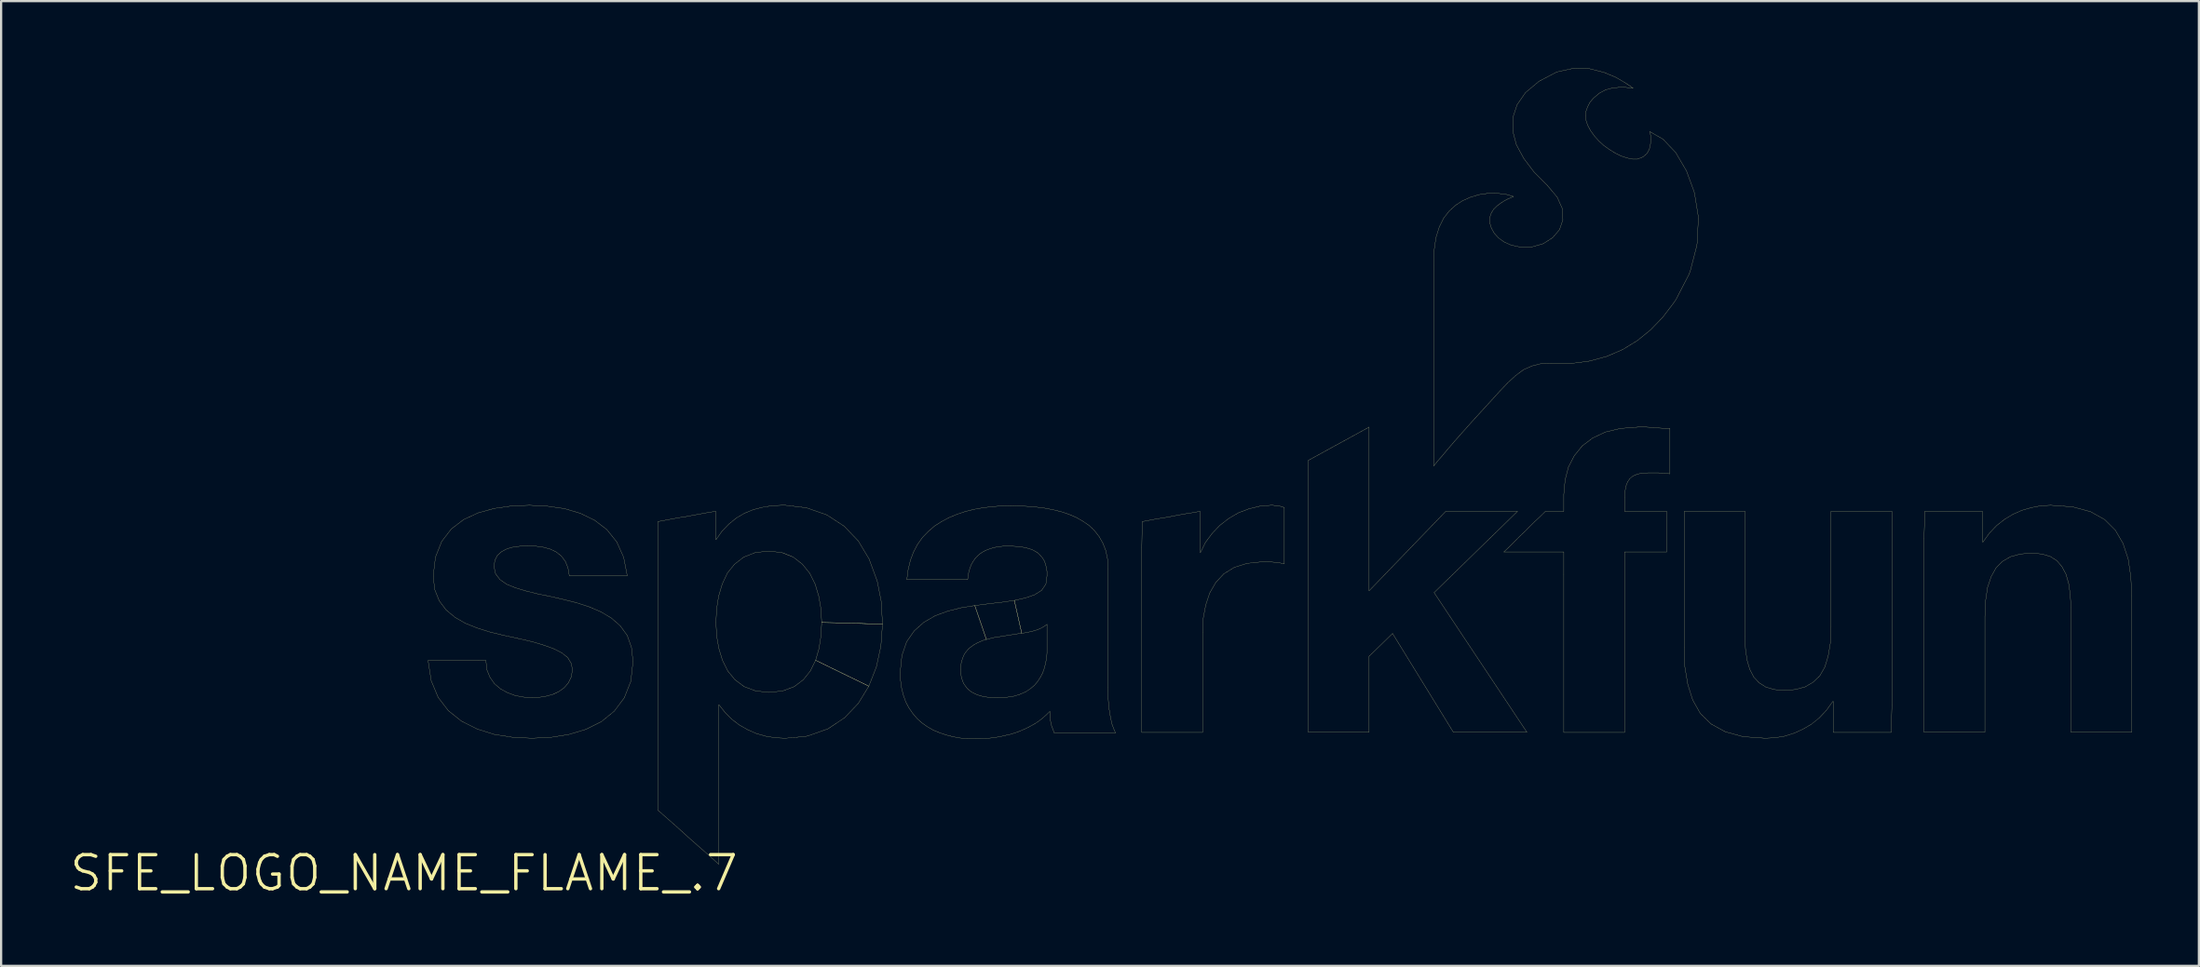
<source format=kicad_pcb>
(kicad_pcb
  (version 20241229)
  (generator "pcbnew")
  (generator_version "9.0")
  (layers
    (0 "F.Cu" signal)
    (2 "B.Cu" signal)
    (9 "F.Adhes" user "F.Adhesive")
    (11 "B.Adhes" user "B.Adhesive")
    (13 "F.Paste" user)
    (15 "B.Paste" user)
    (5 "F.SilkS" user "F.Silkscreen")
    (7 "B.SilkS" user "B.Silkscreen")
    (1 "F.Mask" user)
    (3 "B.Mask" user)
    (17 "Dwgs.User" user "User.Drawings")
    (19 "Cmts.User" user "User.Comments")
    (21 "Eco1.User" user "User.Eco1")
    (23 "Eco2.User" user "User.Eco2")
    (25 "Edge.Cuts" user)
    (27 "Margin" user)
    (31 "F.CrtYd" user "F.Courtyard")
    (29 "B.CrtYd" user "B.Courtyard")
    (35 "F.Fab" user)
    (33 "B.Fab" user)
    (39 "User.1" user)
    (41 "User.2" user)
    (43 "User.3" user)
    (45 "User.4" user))
  (footprint "SFE_LOGO_NAME_FLAME_.7"
    (layer "F.Cu")
    (at 15.022 36.041)
    (property "Reference" "SFE_LOGO_NAME_FLAME_.7" (at 0 0 0) (layer "F.SilkS") (effects (font (size 1.524 1.524) (thickness 0.15))))
    (attr exclude_from_pos_files exclude_from_bom)
    (fp_line (start 1.079 -9.52) (end 3.338 -9.52) (stroke (width 0.008) (type solid)) (layer "F.SilkS"))
    (fp_line (start 1.219 -8.618) (end 1.079 -9.52) (stroke (width 0.008) (type solid)) (layer "F.SilkS"))
    (fp_line (start 1.308 -13.289) (end 1.41 -14.148) (stroke (width 0.008) (type solid)) (layer "F.SilkS"))
    (fp_line (start 1.379 -12.69) (end 1.308 -13.289) (stroke (width 0.008) (type solid)) (layer "F.SilkS"))
    (fp_line (start 1.41 -14.148) (end 1.689 -14.849) (stroke (width 0.008) (type solid)) (layer "F.SilkS"))
    (fp_line (start 1.529 -7.869) (end 1.219 -8.618) (stroke (width 0.008) (type solid)) (layer "F.SilkS"))
    (fp_line (start 1.58 -12.189) (end 1.379 -12.69) (stroke (width 0.008) (type solid)) (layer "F.SilkS"))
    (fp_line (start 1.689 -14.849) (end 2.118 -15.408) (stroke (width 0.008) (type solid)) (layer "F.SilkS"))
    (fp_line (start 1.89 -11.778) (end 1.58 -12.189) (stroke (width 0.008) (type solid)) (layer "F.SilkS"))
    (fp_line (start 1.989 -7.269) (end 1.529 -7.869) (stroke (width 0.008) (type solid)) (layer "F.SilkS"))
    (fp_line (start 2.118 -15.408) (end 2.67 -15.829) (stroke (width 0.008) (type solid)) (layer "F.SilkS"))
    (fp_line (start 2.289 -11.448) (end 1.89 -11.778) (stroke (width 0.008) (type solid)) (layer "F.SilkS"))
    (fp_line (start 2.578 -6.8) (end 1.989 -7.269) (stroke (width 0.008) (type solid)) (layer "F.SilkS"))
    (fp_line (start 2.67 -15.829) (end 3.32 -16.129) (stroke (width 0.008) (type solid)) (layer "F.SilkS"))
    (fp_line (start 2.758 -11.179) (end 2.289 -11.448) (stroke (width 0.008) (type solid)) (layer "F.SilkS"))
    (fp_line (start 3.279 -6.449) (end 2.578 -6.8) (stroke (width 0.008) (type solid)) (layer "F.SilkS"))
    (fp_line (start 3.289 -10.968) (end 2.758 -11.179) (stroke (width 0.008) (type solid)) (layer "F.SilkS"))
    (fp_line (start 3.32 -16.129) (end 4.049 -16.33) (stroke (width 0.008) (type solid)) (layer "F.SilkS"))
    (fp_line (start 3.338 -9.52) (end 3.668 -9.52) (stroke (width 0.008) (type solid)) (layer "F.SilkS"))
    (fp_line (start 3.668 -9.52) (end 3.708 -9.108) (stroke (width 0.008) (type solid)) (layer "F.SilkS"))
    (fp_line (start 3.708 -9.108) (end 3.848 -8.768) (stroke (width 0.008) (type solid)) (layer "F.SilkS"))
    (fp_line (start 3.848 -8.768) (end 4.049 -8.479) (stroke (width 0.008) (type solid)) (layer "F.SilkS"))
    (fp_line (start 3.858 -10.79) (end 3.289 -10.968) (stroke (width 0.008) (type solid)) (layer "F.SilkS"))
    (fp_line (start 4.028 -13.729) (end 4.1 -13.399) (stroke (width 0.008) (type solid)) (layer "F.SilkS"))
    (fp_line (start 4.049 -16.33) (end 4.818 -16.439) (stroke (width 0.008) (type solid)) (layer "F.SilkS"))
    (fp_line (start 4.049 -8.479) (end 4.318 -8.25) (stroke (width 0.008) (type solid)) (layer "F.SilkS"))
    (fp_line (start 4.049 -6.208) (end 3.279 -6.449) (stroke (width 0.008) (type solid)) (layer "F.SilkS"))
    (fp_line (start 4.069 -14.008) (end 4.028 -13.729) (stroke (width 0.008) (type solid)) (layer "F.SilkS"))
    (fp_line (start 4.1 -13.399) (end 4.298 -13.139) (stroke (width 0.008) (type solid)) (layer "F.SilkS"))
    (fp_line (start 4.178 -14.219) (end 4.069 -14.008) (stroke (width 0.008) (type solid)) (layer "F.SilkS"))
    (fp_line (start 4.298 -13.139) (end 4.6 -12.929) (stroke (width 0.008) (type solid)) (layer "F.SilkS"))
    (fp_line (start 4.318 -8.25) (end 4.628 -8.08) (stroke (width 0.008) (type solid)) (layer "F.SilkS"))
    (fp_line (start 4.348 -14.379) (end 4.178 -14.219) (stroke (width 0.008) (type solid)) (layer "F.SilkS"))
    (fp_line (start 4.448 -10.648) (end 3.858 -10.79) (stroke (width 0.008) (type solid)) (layer "F.SilkS"))
    (fp_line (start 4.559 -14.498) (end 4.348 -14.379) (stroke (width 0.008) (type solid)) (layer "F.SilkS"))
    (fp_line (start 4.6 -12.929) (end 4.999 -12.769) (stroke (width 0.008) (type solid)) (layer "F.SilkS"))
    (fp_line (start 4.628 -8.08) (end 4.978 -7.948) (stroke (width 0.008) (type solid)) (layer "F.SilkS"))
    (fp_line (start 4.798 -14.58) (end 4.559 -14.498) (stroke (width 0.008) (type solid)) (layer "F.SilkS"))
    (fp_line (start 4.818 -16.439) (end 5.618 -16.469) (stroke (width 0.008) (type solid)) (layer "F.SilkS"))
    (fp_line (start 4.879 -6.078) (end 4.049 -6.208) (stroke (width 0.008) (type solid)) (layer "F.SilkS"))
    (fp_line (start 4.978 -7.948) (end 5.359 -7.879) (stroke (width 0.008) (type solid)) (layer "F.SilkS"))
    (fp_line (start 4.999 -12.769) (end 5.469 -12.629) (stroke (width 0.008) (type solid)) (layer "F.SilkS"))
    (fp_line (start 5.05 -14.618) (end 4.798 -14.58) (stroke (width 0.008) (type solid)) (layer "F.SilkS"))
    (fp_line (start 5.138 -10.498) (end 4.448 -10.648) (stroke (width 0.008) (type solid)) (layer "F.SilkS"))
    (fp_line (start 5.298 -14.648) (end 5.05 -14.618) (stroke (width 0.008) (type solid)) (layer "F.SilkS"))
    (fp_line (start 5.359 -7.879) (end 5.748 -7.859) (stroke (width 0.008) (type solid)) (layer "F.SilkS"))
    (fp_line (start 5.469 -12.629) (end 5.989 -12.499) (stroke (width 0.008) (type solid)) (layer "F.SilkS"))
    (fp_line (start 5.54 -14.648) (end 5.298 -14.648) (stroke (width 0.008) (type solid)) (layer "F.SilkS"))
    (fp_line (start 5.618 -16.469) (end 6.408 -16.429) (stroke (width 0.008) (type solid)) (layer "F.SilkS"))
    (fp_line (start 5.728 -6.038) (end 4.879 -6.078) (stroke (width 0.008) (type solid)) (layer "F.SilkS"))
    (fp_line (start 5.748 -10.358) (end 5.138 -10.498) (stroke (width 0.008) (type solid)) (layer "F.SilkS"))
    (fp_line (start 5.748 -7.859) (end 6.048 -7.869) (stroke (width 0.008) (type solid)) (layer "F.SilkS"))
    (fp_line (start 5.898 -14.638) (end 5.54 -14.648) (stroke (width 0.008) (type solid)) (layer "F.SilkS"))
    (fp_line (start 5.989 -12.499) (end 6.538 -12.388) (stroke (width 0.008) (type solid)) (layer "F.SilkS"))
    (fp_line (start 6.048 -7.869) (end 6.358 -7.92) (stroke (width 0.008) (type solid)) (layer "F.SilkS"))
    (fp_line (start 6.238 -14.59) (end 5.898 -14.638) (stroke (width 0.008) (type solid)) (layer "F.SilkS"))
    (fp_line (start 6.279 -10.198) (end 5.748 -10.358) (stroke (width 0.008) (type solid)) (layer "F.SilkS"))
    (fp_line (start 6.358 -7.92) (end 6.65 -7.998) (stroke (width 0.008) (type solid)) (layer "F.SilkS"))
    (fp_line (start 6.408 -16.429) (end 7.178 -16.32) (stroke (width 0.008) (type solid)) (layer "F.SilkS"))
    (fp_line (start 6.538 -14.508) (end 6.238 -14.59) (stroke (width 0.008) (type solid)) (layer "F.SilkS"))
    (fp_line (start 6.538 -12.388) (end 7.109 -12.258) (stroke (width 0.008) (type solid)) (layer "F.SilkS"))
    (fp_line (start 6.568 -6.078) (end 5.728 -6.038) (stroke (width 0.008) (type solid)) (layer "F.SilkS"))
    (fp_line (start 6.65 -7.998) (end 6.929 -8.128) (stroke (width 0.008) (type solid)) (layer "F.SilkS"))
    (fp_line (start 6.718 -10.038) (end 6.279 -10.198) (stroke (width 0.008) (type solid)) (layer "F.SilkS"))
    (fp_line (start 6.81 -14.379) (end 6.538 -14.508) (stroke (width 0.008) (type solid)) (layer "F.SilkS"))
    (fp_line (start 6.929 -8.128) (end 7.168 -8.298) (stroke (width 0.008) (type solid)) (layer "F.SilkS"))
    (fp_line (start 7.038 -14.199) (end 6.81 -14.379) (stroke (width 0.008) (type solid)) (layer "F.SilkS"))
    (fp_line (start 7.069 -9.858) (end 6.718 -10.038) (stroke (width 0.008) (type solid)) (layer "F.SilkS"))
    (fp_line (start 7.109 -12.258) (end 7.709 -12.108) (stroke (width 0.008) (type solid)) (layer "F.SilkS"))
    (fp_line (start 7.168 -8.298) (end 7.358 -8.519) (stroke (width 0.008) (type solid)) (layer "F.SilkS"))
    (fp_line (start 7.178 -16.32) (end 7.889 -16.109) (stroke (width 0.008) (type solid)) (layer "F.SilkS"))
    (fp_line (start 7.219 -13.96) (end 7.038 -14.199) (stroke (width 0.008) (type solid)) (layer "F.SilkS"))
    (fp_line (start 7.328 -9.649) (end 7.069 -9.858) (stroke (width 0.008) (type solid)) (layer "F.SilkS"))
    (fp_line (start 7.338 -13.668) (end 7.219 -13.96) (stroke (width 0.008) (type solid)) (layer "F.SilkS"))
    (fp_line (start 7.358 -8.519) (end 7.488 -8.788) (stroke (width 0.008) (type solid)) (layer "F.SilkS"))
    (fp_line (start 7.379 -6.208) (end 6.568 -6.078) (stroke (width 0.008) (type solid)) (layer "F.SilkS"))
    (fp_line (start 7.399 -13.31) (end 7.338 -13.668) (stroke (width 0.008) (type solid)) (layer "F.SilkS"))
    (fp_line (start 7.478 -9.398) (end 7.328 -9.649) (stroke (width 0.008) (type solid)) (layer "F.SilkS"))
    (fp_line (start 7.488 -8.788) (end 7.539 -9.119) (stroke (width 0.008) (type solid)) (layer "F.SilkS"))
    (fp_line (start 7.539 -9.119) (end 7.478 -9.398) (stroke (width 0.008) (type solid)) (layer "F.SilkS"))
    (fp_line (start 7.709 -12.108) (end 8.268 -11.928) (stroke (width 0.008) (type solid)) (layer "F.SilkS"))
    (fp_line (start 7.889 -16.109) (end 8.529 -15.799) (stroke (width 0.008) (type solid)) (layer "F.SilkS"))
    (fp_line (start 8.148 -6.439) (end 7.379 -6.208) (stroke (width 0.008) (type solid)) (layer "F.SilkS"))
    (fp_line (start 8.268 -11.928) (end 8.809 -11.699) (stroke (width 0.008) (type solid)) (layer "F.SilkS"))
    (fp_line (start 8.529 -15.799) (end 9.078 -15.38) (stroke (width 0.008) (type solid)) (layer "F.SilkS"))
    (fp_line (start 8.809 -11.699) (end 9.279 -11.42) (stroke (width 0.008) (type solid)) (layer "F.SilkS"))
    (fp_line (start 8.829 -6.779) (end 8.148 -6.439) (stroke (width 0.008) (type solid)) (layer "F.SilkS"))
    (fp_line (start 9.078 -15.38) (end 9.52 -14.829) (stroke (width 0.008) (type solid)) (layer "F.SilkS"))
    (fp_line (start 9.279 -11.42) (end 9.68 -11.069) (stroke (width 0.008) (type solid)) (layer "F.SilkS"))
    (fp_line (start 9.408 -7.249) (end 8.829 -6.779) (stroke (width 0.008) (type solid)) (layer "F.SilkS"))
    (fp_line (start 9.52 -14.829) (end 9.83 -14.138) (stroke (width 0.008) (type solid)) (layer "F.SilkS"))
    (fp_line (start 9.68 -11.069) (end 9.99 -10.638) (stroke (width 0.008) (type solid)) (layer "F.SilkS"))
    (fp_line (start 9.83 -14.138) (end 9.99 -13.31) (stroke (width 0.008) (type solid)) (layer "F.SilkS"))
    (fp_line (start 9.858 -7.849) (end 9.408 -7.249) (stroke (width 0.008) (type solid)) (layer "F.SilkS"))
    (fp_line (start 9.99 -13.31) (end 7.399 -13.31) (stroke (width 0.008) (type solid)) (layer "F.SilkS"))
    (fp_line (start 9.99 -10.638) (end 10.178 -10.109) (stroke (width 0.008) (type solid)) (layer "F.SilkS"))
    (fp_line (start 10.15 -8.588) (end 9.858 -7.849) (stroke (width 0.008) (type solid)) (layer "F.SilkS"))
    (fp_line (start 10.178 -10.109) (end 10.249 -9.479) (stroke (width 0.008) (type solid)) (layer "F.SilkS"))
    (fp_line (start 10.249 -9.479) (end 10.15 -8.588) (stroke (width 0.008) (type solid)) (layer "F.SilkS"))
    (fp_line (start 11.359 -15.738) (end 11.689 -15.799) (stroke (width 0.008) (type solid)) (layer "F.SilkS"))
    (fp_line (start 11.359 -2.819) (end 11.359 -15.738) (stroke (width 0.008) (type solid)) (layer "F.SilkS"))
    (fp_line (start 11.689 -15.799) (end 12.009 -15.86) (stroke (width 0.008) (type solid)) (layer "F.SilkS"))
    (fp_line (start 11.699 -2.52) (end 11.359 -2.819) (stroke (width 0.008) (type solid)) (layer "F.SilkS"))
    (fp_line (start 12.009 -15.86) (end 12.329 -15.918) (stroke (width 0.008) (type solid)) (layer "F.SilkS"))
    (fp_line (start 12.04 -2.22) (end 11.699 -2.52) (stroke (width 0.008) (type solid)) (layer "F.SilkS"))
    (fp_line (start 12.329 -15.918) (end 12.659 -15.969) (stroke (width 0.008) (type solid)) (layer "F.SilkS"))
    (fp_line (start 12.38 -1.918) (end 12.04 -2.22) (stroke (width 0.008) (type solid)) (layer "F.SilkS"))
    (fp_line (start 12.659 -15.969) (end 12.979 -16.03) (stroke (width 0.008) (type solid)) (layer "F.SilkS"))
    (fp_line (start 12.718 -1.608) (end 12.38 -1.918) (stroke (width 0.008) (type solid)) (layer "F.SilkS"))
    (fp_line (start 12.979 -16.03) (end 13.299 -16.088) (stroke (width 0.008) (type solid)) (layer "F.SilkS"))
    (fp_line (start 13.058 -1.308) (end 12.718 -1.608) (stroke (width 0.008) (type solid)) (layer "F.SilkS"))
    (fp_line (start 13.299 -16.088) (end 13.63 -16.149) (stroke (width 0.008) (type solid)) (layer "F.SilkS"))
    (fp_line (start 13.399 -1.008) (end 13.058 -1.308) (stroke (width 0.008) (type solid)) (layer "F.SilkS"))
    (fp_line (start 13.63 -16.149) (end 13.95 -16.198) (stroke (width 0.008) (type solid)) (layer "F.SilkS"))
    (fp_line (start 13.739 -0.709) (end 13.399 -1.008) (stroke (width 0.008) (type solid)) (layer "F.SilkS"))
    (fp_line (start 13.95 -16.198) (end 13.95 -14.938) (stroke (width 0.008) (type solid)) (layer "F.SilkS"))
    (fp_line (start 13.95 -14.938) (end 13.97 -14.938) (stroke (width 0.008) (type solid)) (layer "F.SilkS"))
    (fp_line (start 13.96 -11.229) (end 13.988 -10.63) (stroke (width 0.008) (type solid)) (layer "F.SilkS"))
    (fp_line (start 13.97 -14.938) (end 14.229 -15.309) (stroke (width 0.008) (type solid)) (layer "F.SilkS"))
    (fp_line (start 13.988 -11.819) (end 13.96 -11.229) (stroke (width 0.008) (type solid)) (layer "F.SilkS"))
    (fp_line (start 13.988 -10.63) (end 14.089 -10.058) (stroke (width 0.008) (type solid)) (layer "F.SilkS"))
    (fp_line (start 14.079 -12.398) (end 13.988 -11.819) (stroke (width 0.008) (type solid)) (layer "F.SilkS"))
    (fp_line (start 14.079 -7.529) (end 14.079 -0.399) (stroke (width 0.008) (type solid)) (layer "F.SilkS"))
    (fp_line (start 14.079 -0.399) (end 13.739 -0.709) (stroke (width 0.008) (type solid)) (layer "F.SilkS"))
    (fp_line (start 14.089 -10.058) (end 14.249 -9.528) (stroke (width 0.008) (type solid)) (layer "F.SilkS"))
    (fp_line (start 14.1 -7.529) (end 14.079 -7.529) (stroke (width 0.008) (type solid)) (layer "F.SilkS"))
    (fp_line (start 14.229 -15.309) (end 14.539 -15.629) (stroke (width 0.008) (type solid)) (layer "F.SilkS"))
    (fp_line (start 14.239 -12.939) (end 14.079 -12.398) (stroke (width 0.008) (type solid)) (layer "F.SilkS"))
    (fp_line (start 14.249 -9.528) (end 14.488 -9.047) (stroke (width 0.008) (type solid)) (layer "F.SilkS"))
    (fp_line (start 14.369 -7.188) (end 14.1 -7.529) (stroke (width 0.008) (type solid)) (layer "F.SilkS"))
    (fp_line (start 14.468 -13.429) (end 14.239 -12.939) (stroke (width 0.008) (type solid)) (layer "F.SilkS"))
    (fp_line (start 14.488 -9.047) (end 14.808 -8.659) (stroke (width 0.008) (type solid)) (layer "F.SilkS"))
    (fp_line (start 14.539 -15.629) (end 14.869 -15.898) (stroke (width 0.008) (type solid)) (layer "F.SilkS"))
    (fp_line (start 14.668 -6.888) (end 14.369 -7.188) (stroke (width 0.008) (type solid)) (layer "F.SilkS"))
    (fp_line (start 14.788 -13.828) (end 14.468 -13.429) (stroke (width 0.008) (type solid)) (layer "F.SilkS"))
    (fp_line (start 14.808 -8.659) (end 15.22 -8.349) (stroke (width 0.008) (type solid)) (layer "F.SilkS"))
    (fp_line (start 14.869 -15.898) (end 15.23 -16.109) (stroke (width 0.008) (type solid)) (layer "F.SilkS"))
    (fp_line (start 15.009 -6.629) (end 14.668 -6.888) (stroke (width 0.008) (type solid)) (layer "F.SilkS"))
    (fp_line (start 15.199 -14.148) (end 14.788 -13.828) (stroke (width 0.008) (type solid)) (layer "F.SilkS"))
    (fp_line (start 15.22 -8.349) (end 15.728 -8.158) (stroke (width 0.008) (type solid)) (layer "F.SilkS"))
    (fp_line (start 15.23 -16.109) (end 15.618 -16.269) (stroke (width 0.008) (type solid)) (layer "F.SilkS"))
    (fp_line (start 15.38 -6.419) (end 15.009 -6.629) (stroke (width 0.008) (type solid)) (layer "F.SilkS"))
    (fp_line (start 15.618 -16.269) (end 16.03 -16.378) (stroke (width 0.008) (type solid)) (layer "F.SilkS"))
    (fp_line (start 15.71 -14.348) (end 15.199 -14.148) (stroke (width 0.008) (type solid)) (layer "F.SilkS"))
    (fp_line (start 15.728 -8.158) (end 16.34 -8.09) (stroke (width 0.008) (type solid)) (layer "F.SilkS"))
    (fp_line (start 15.768 -6.248) (end 15.38 -6.419) (stroke (width 0.008) (type solid)) (layer "F.SilkS"))
    (fp_line (start 16.03 -16.378) (end 16.459 -16.449) (stroke (width 0.008) (type solid)) (layer "F.SilkS"))
    (fp_line (start 16.19 -6.129) (end 15.768 -6.248) (stroke (width 0.008) (type solid)) (layer "F.SilkS"))
    (fp_line (start 16.32 -14.42) (end 15.71 -14.348) (stroke (width 0.008) (type solid)) (layer "F.SilkS"))
    (fp_line (start 16.34 -8.09) (end 16.949 -8.158) (stroke (width 0.008) (type solid)) (layer "F.SilkS"))
    (fp_line (start 16.459 -16.449) (end 16.909 -16.469) (stroke (width 0.008) (type solid)) (layer "F.SilkS"))
    (fp_line (start 16.619 -6.058) (end 16.19 -6.129) (stroke (width 0.008) (type solid)) (layer "F.SilkS"))
    (fp_line (start 16.909 -16.469) (end 17.059 -16.469) (stroke (width 0.008) (type solid)) (layer "F.SilkS"))
    (fp_line (start 16.919 -14.348) (end 16.32 -14.42) (stroke (width 0.008) (type solid)) (layer "F.SilkS"))
    (fp_line (start 16.949 -8.158) (end 17.46 -8.349) (stroke (width 0.008) (type solid)) (layer "F.SilkS"))
    (fp_line (start 17.059 -16.469) (end 17.998 -16.358) (stroke (width 0.008) (type solid)) (layer "F.SilkS"))
    (fp_line (start 17.059 -6.038) (end 16.619 -6.058) (stroke (width 0.008) (type solid)) (layer "F.SilkS"))
    (fp_line (start 17.419 -14.148) (end 16.919 -14.348) (stroke (width 0.008) (type solid)) (layer "F.SilkS"))
    (fp_line (start 17.46 -8.349) (end 17.869 -8.659) (stroke (width 0.008) (type solid)) (layer "F.SilkS"))
    (fp_line (start 17.828 -13.828) (end 17.419 -14.148) (stroke (width 0.008) (type solid)) (layer "F.SilkS"))
    (fp_line (start 17.869 -8.659) (end 18.179 -9.047) (stroke (width 0.008) (type solid)) (layer "F.SilkS"))
    (fp_line (start 17.968 -6.119) (end 17.059 -6.038) (stroke (width 0.008) (type solid)) (layer "F.SilkS"))
    (fp_line (start 17.998 -16.358) (end 18.918 -16.038) (stroke (width 0.008) (type solid)) (layer "F.SilkS"))
    (fp_line (start 18.09 -6.149) (end 17.968 -6.119) (stroke (width 0.008) (type solid)) (layer "F.SilkS"))
    (fp_line (start 18.158 -13.419) (end 17.828 -13.828) (stroke (width 0.008) (type solid)) (layer "F.SilkS"))
    (fp_line (start 18.179 -9.047) (end 18.418 -9.528) (stroke (width 0.008) (type solid)) (layer "F.SilkS"))
    (fp_line (start 18.4 -12.929) (end 18.158 -13.419) (stroke (width 0.008) (type solid)) (layer "F.SilkS"))
    (fp_line (start 18.418 -9.528) (end 18.57 -10.058) (stroke (width 0.008) (type solid)) (layer "F.SilkS"))
    (fp_line (start 18.418 -9.528) (end 20.798 -8.369) (stroke (width 0.008) (type solid)) (layer "F.SilkS"))
    (fp_line (start 18.56 -12.388) (end 18.4 -12.929) (stroke (width 0.008) (type solid)) (layer "F.SilkS"))
    (fp_line (start 18.57 -10.058) (end 18.659 -10.63) (stroke (width 0.008) (type solid)) (layer "F.SilkS"))
    (fp_line (start 18.659 -11.819) (end 18.56 -12.388) (stroke (width 0.008) (type solid)) (layer "F.SilkS"))
    (fp_line (start 18.659 -10.63) (end 18.689 -11.229) (stroke (width 0.008) (type solid)) (layer "F.SilkS"))
    (fp_line (start 18.689 -11.229) (end 21.41 -11.148) (stroke (width 0.008) (type solid)) (layer "F.SilkS"))
    (fp_line (start 18.689 -11.219) (end 18.659 -11.819) (stroke (width 0.008) (type solid)) (layer "F.SilkS"))
    (fp_line (start 18.918 -16.038) (end 19.698 -15.53) (stroke (width 0.008) (type solid)) (layer "F.SilkS"))
    (fp_line (start 18.969 -6.459) (end 18.09 -6.149) (stroke (width 0.008) (type solid)) (layer "F.SilkS"))
    (fp_line (start 19.698 -15.53) (end 20.328 -14.869) (stroke (width 0.008) (type solid)) (layer "F.SilkS"))
    (fp_line (start 19.718 -6.96) (end 18.969 -6.459) (stroke (width 0.008) (type solid)) (layer "F.SilkS"))
    (fp_line (start 20.328 -14.869) (end 20.808 -14.069) (stroke (width 0.008) (type solid)) (layer "F.SilkS"))
    (fp_line (start 20.328 -7.6) (end 19.718 -6.96) (stroke (width 0.008) (type solid)) (layer "F.SilkS"))
    (fp_line (start 20.798 -8.369) (end 18.418 -9.528) (stroke (width 0.008) (type solid)) (layer "F.SilkS"))
    (fp_line (start 20.798 -8.369) (end 20.328 -7.6) (stroke (width 0.008) (type solid)) (layer "F.SilkS"))
    (fp_line (start 20.808 -14.069) (end 21.138 -13.17) (stroke (width 0.008) (type solid)) (layer "F.SilkS"))
    (fp_line (start 21.138 -13.17) (end 21.179 -13.048) (stroke (width 0.008) (type solid)) (layer "F.SilkS"))
    (fp_line (start 21.138 -9.238) (end 20.798 -8.369) (stroke (width 0.008) (type solid)) (layer "F.SilkS"))
    (fp_line (start 21.179 -13.048) (end 21.349 -12.189) (stroke (width 0.008) (type solid)) (layer "F.SilkS"))
    (fp_line (start 21.339 -10.168) (end 21.138 -9.238) (stroke (width 0.008) (type solid)) (layer "F.SilkS"))
    (fp_line (start 21.349 -12.189) (end 21.359 -12.06) (stroke (width 0.008) (type solid)) (layer "F.SilkS"))
    (fp_line (start 21.359 -12.06) (end 21.41 -11.148) (stroke (width 0.008) (type solid)) (layer "F.SilkS"))
    (fp_line (start 21.41 -11.148) (end 18.689 -11.219) (stroke (width 0.008) (type solid)) (layer "F.SilkS"))
    (fp_line (start 21.41 -11.148) (end 21.339 -10.168) (stroke (width 0.008) (type solid)) (layer "F.SilkS"))
    (fp_line (start 22.2 -8.979) (end 22.278 -9.738) (stroke (width 0.008) (type solid)) (layer "F.SilkS"))
    (fp_line (start 22.22 -8.608) (end 22.2 -8.979) (stroke (width 0.008) (type solid)) (layer "F.SilkS"))
    (fp_line (start 22.268 -8.258) (end 22.22 -8.608) (stroke (width 0.008) (type solid)) (layer "F.SilkS"))
    (fp_line (start 22.278 -9.738) (end 22.489 -10.358) (stroke (width 0.008) (type solid)) (layer "F.SilkS"))
    (fp_line (start 22.349 -7.948) (end 22.268 -8.258) (stroke (width 0.008) (type solid)) (layer "F.SilkS"))
    (fp_line (start 22.459 -7.648) (end 22.349 -7.948) (stroke (width 0.008) (type solid)) (layer "F.SilkS"))
    (fp_line (start 22.489 -10.358) (end 22.83 -10.848) (stroke (width 0.008) (type solid)) (layer "F.SilkS"))
    (fp_line (start 22.499 -13.139) (end 22.558 -13.589) (stroke (width 0.008) (type solid)) (layer "F.SilkS"))
    (fp_line (start 22.558 -13.589) (end 22.659 -14.008) (stroke (width 0.008) (type solid)) (layer "F.SilkS"))
    (fp_line (start 22.598 -7.389) (end 22.459 -7.648) (stroke (width 0.008) (type solid)) (layer "F.SilkS"))
    (fp_line (start 22.659 -14.008) (end 22.799 -14.379) (stroke (width 0.008) (type solid)) (layer "F.SilkS"))
    (fp_line (start 22.769 -7.14) (end 22.598 -7.389) (stroke (width 0.008) (type solid)) (layer "F.SilkS"))
    (fp_line (start 22.799 -14.379) (end 22.979 -14.719) (stroke (width 0.008) (type solid)) (layer "F.SilkS"))
    (fp_line (start 22.83 -10.848) (end 23.259 -11.229) (stroke (width 0.008) (type solid)) (layer "F.SilkS"))
    (fp_line (start 22.959 -6.919) (end 22.769 -7.14) (stroke (width 0.008) (type solid)) (layer "F.SilkS"))
    (fp_line (start 22.979 -14.719) (end 23.198 -15.029) (stroke (width 0.008) (type solid)) (layer "F.SilkS"))
    (fp_line (start 23.17 -6.728) (end 22.959 -6.919) (stroke (width 0.008) (type solid)) (layer "F.SilkS"))
    (fp_line (start 23.198 -15.029) (end 23.459 -15.298) (stroke (width 0.008) (type solid)) (layer "F.SilkS"))
    (fp_line (start 23.259 -11.229) (end 23.759 -11.519) (stroke (width 0.008) (type solid)) (layer "F.SilkS"))
    (fp_line (start 23.409 -6.558) (end 23.17 -6.728) (stroke (width 0.008) (type solid)) (layer "F.SilkS"))
    (fp_line (start 23.459 -15.298) (end 23.739 -15.54) (stroke (width 0.008) (type solid)) (layer "F.SilkS"))
    (fp_line (start 23.668 -6.408) (end 23.409 -6.558) (stroke (width 0.008) (type solid)) (layer "F.SilkS"))
    (fp_line (start 23.739 -15.54) (end 24.049 -15.738) (stroke (width 0.008) (type solid)) (layer "F.SilkS"))
    (fp_line (start 23.759 -11.519) (end 24.328 -11.73) (stroke (width 0.008) (type solid)) (layer "F.SilkS"))
    (fp_line (start 23.95 -6.289) (end 23.668 -6.408) (stroke (width 0.008) (type solid)) (layer "F.SilkS"))
    (fp_line (start 24.049 -15.738) (end 24.389 -15.918) (stroke (width 0.008) (type solid)) (layer "F.SilkS"))
    (fp_line (start 24.239 -6.19) (end 23.95 -6.289) (stroke (width 0.008) (type solid)) (layer "F.SilkS"))
    (fp_line (start 24.328 -11.73) (end 24.928 -11.88) (stroke (width 0.008) (type solid)) (layer "F.SilkS"))
    (fp_line (start 24.389 -15.918) (end 24.75 -16.068) (stroke (width 0.008) (type solid)) (layer "F.SilkS"))
    (fp_line (start 24.549 -6.109) (end 24.239 -6.19) (stroke (width 0.008) (type solid)) (layer "F.SilkS"))
    (fp_line (start 24.75 -16.068) (end 25.118 -16.19) (stroke (width 0.008) (type solid)) (layer "F.SilkS"))
    (fp_line (start 24.879 -6.048) (end 24.549 -6.109) (stroke (width 0.008) (type solid)) (layer "F.SilkS"))
    (fp_line (start 24.91 -9.108) (end 24.92 -8.928) (stroke (width 0.008) (type solid)) (layer "F.SilkS"))
    (fp_line (start 24.92 -9.289) (end 24.91 -9.108) (stroke (width 0.008) (type solid)) (layer "F.SilkS"))
    (fp_line (start 24.92 -8.928) (end 24.938 -8.768) (stroke (width 0.008) (type solid)) (layer "F.SilkS"))
    (fp_line (start 24.928 -11.88) (end 25.54 -11.979) (stroke (width 0.008) (type solid)) (layer "F.SilkS"))
    (fp_line (start 24.938 -9.449) (end 24.92 -9.289) (stroke (width 0.008) (type solid)) (layer "F.SilkS"))
    (fp_line (start 24.938 -8.768) (end 24.989 -8.618) (stroke (width 0.008) (type solid)) (layer "F.SilkS"))
    (fp_line (start 24.989 -9.599) (end 24.938 -9.449) (stroke (width 0.008) (type solid)) (layer "F.SilkS"))
    (fp_line (start 24.989 -8.618) (end 25.039 -8.489) (stroke (width 0.008) (type solid)) (layer "F.SilkS"))
    (fp_line (start 25.039 -9.738) (end 24.989 -9.599) (stroke (width 0.008) (type solid)) (layer "F.SilkS"))
    (fp_line (start 25.039 -8.489) (end 25.118 -8.379) (stroke (width 0.008) (type solid)) (layer "F.SilkS"))
    (fp_line (start 25.108 -9.858) (end 25.039 -9.738) (stroke (width 0.008) (type solid)) (layer "F.SilkS"))
    (fp_line (start 25.118 -16.19) (end 25.509 -16.289) (stroke (width 0.008) (type solid)) (layer "F.SilkS"))
    (fp_line (start 25.118 -8.379) (end 25.199 -8.268) (stroke (width 0.008) (type solid)) (layer "F.SilkS"))
    (fp_line (start 25.199 -9.97) (end 25.108 -9.858) (stroke (width 0.008) (type solid)) (layer "F.SilkS"))
    (fp_line (start 25.199 -8.268) (end 25.298 -8.179) (stroke (width 0.008) (type solid)) (layer "F.SilkS"))
    (fp_line (start 25.22 -13.139) (end 22.499 -13.139) (stroke (width 0.008) (type solid)) (layer "F.SilkS"))
    (fp_line (start 25.22 -6.02) (end 24.879 -6.048) (stroke (width 0.008) (type solid)) (layer "F.SilkS"))
    (fp_line (start 25.24 -13.33) (end 25.22 -13.139) (stroke (width 0.008) (type solid)) (layer "F.SilkS"))
    (fp_line (start 25.278 -13.508) (end 25.24 -13.33) (stroke (width 0.008) (type solid)) (layer "F.SilkS"))
    (fp_line (start 25.288 -10.069) (end 25.199 -9.97) (stroke (width 0.008) (type solid)) (layer "F.SilkS"))
    (fp_line (start 25.298 -8.179) (end 25.408 -8.098) (stroke (width 0.008) (type solid)) (layer "F.SilkS"))
    (fp_line (start 25.329 -13.678) (end 25.278 -13.508) (stroke (width 0.008) (type solid)) (layer "F.SilkS"))
    (fp_line (start 25.39 -13.828) (end 25.329 -13.678) (stroke (width 0.008) (type solid)) (layer "F.SilkS"))
    (fp_line (start 25.4 -10.15) (end 25.288 -10.069) (stroke (width 0.008) (type solid)) (layer "F.SilkS"))
    (fp_line (start 25.408 -8.098) (end 25.53 -8.039) (stroke (width 0.008) (type solid)) (layer "F.SilkS"))
    (fp_line (start 25.469 -13.96) (end 25.39 -13.828) (stroke (width 0.008) (type solid)) (layer "F.SilkS"))
    (fp_line (start 25.509 -16.289) (end 25.908 -16.358) (stroke (width 0.008) (type solid)) (layer "F.SilkS"))
    (fp_line (start 25.509 -10.229) (end 25.4 -10.15) (stroke (width 0.008) (type solid)) (layer "F.SilkS"))
    (fp_line (start 25.53 -8.039) (end 25.659 -7.978) (stroke (width 0.008) (type solid)) (layer "F.SilkS"))
    (fp_line (start 25.54 -11.979) (end 26.058 -10.46) (stroke (width 0.008) (type solid)) (layer "F.SilkS"))
    (fp_line (start 25.54 -11.979) (end 26.159 -12.06) (stroke (width 0.008) (type solid)) (layer "F.SilkS"))
    (fp_line (start 25.55 -14.079) (end 25.469 -13.96) (stroke (width 0.008) (type solid)) (layer "F.SilkS"))
    (fp_line (start 25.568 -6.01) (end 25.22 -6.02) (stroke (width 0.008) (type solid)) (layer "F.SilkS"))
    (fp_line (start 25.639 -10.3) (end 25.509 -10.229) (stroke (width 0.008) (type solid)) (layer "F.SilkS"))
    (fp_line (start 25.649 -14.188) (end 25.55 -14.079) (stroke (width 0.008) (type solid)) (layer "F.SilkS"))
    (fp_line (start 25.659 -7.978) (end 25.799 -7.938) (stroke (width 0.008) (type solid)) (layer "F.SilkS"))
    (fp_line (start 25.758 -14.287) (end 25.649 -14.188) (stroke (width 0.008) (type solid)) (layer "F.SilkS"))
    (fp_line (start 25.768 -10.358) (end 25.639 -10.3) (stroke (width 0.008) (type solid)) (layer "F.SilkS"))
    (fp_line (start 25.799 -7.938) (end 25.938 -7.899) (stroke (width 0.008) (type solid)) (layer "F.SilkS"))
    (fp_line (start 25.799 -6.01) (end 25.568 -6.01) (stroke (width 0.008) (type solid)) (layer "F.SilkS"))
    (fp_line (start 25.878 -14.369) (end 25.758 -14.287) (stroke (width 0.008) (type solid)) (layer "F.SilkS"))
    (fp_line (start 25.908 -16.358) (end 26.319 -16.408) (stroke (width 0.008) (type solid)) (layer "F.SilkS"))
    (fp_line (start 25.908 -10.419) (end 25.768 -10.358) (stroke (width 0.008) (type solid)) (layer "F.SilkS"))
    (fp_line (start 25.938 -7.899) (end 26.088 -7.879) (stroke (width 0.008) (type solid)) (layer "F.SilkS"))
    (fp_line (start 26.01 -14.44) (end 25.878 -14.369) (stroke (width 0.008) (type solid)) (layer "F.SilkS"))
    (fp_line (start 26.03 -6.03) (end 25.799 -6.01) (stroke (width 0.008) (type solid)) (layer "F.SilkS"))
    (fp_line (start 26.058 -10.46) (end 25.54 -11.979) (stroke (width 0.008) (type solid)) (layer "F.SilkS"))
    (fp_line (start 26.058 -10.46) (end 25.908 -10.419) (stroke (width 0.008) (type solid)) (layer "F.SilkS"))
    (fp_line (start 26.088 -7.879) (end 26.248 -7.859) (stroke (width 0.008) (type solid)) (layer "F.SilkS"))
    (fp_line (start 26.149 -14.498) (end 26.01 -14.44) (stroke (width 0.008) (type solid)) (layer "F.SilkS"))
    (fp_line (start 26.159 -12.06) (end 26.759 -12.129) (stroke (width 0.008) (type solid)) (layer "F.SilkS"))
    (fp_line (start 26.208 -10.498) (end 26.058 -10.46) (stroke (width 0.008) (type solid)) (layer "F.SilkS"))
    (fp_line (start 26.248 -7.859) (end 26.408 -7.849) (stroke (width 0.008) (type solid)) (layer "F.SilkS"))
    (fp_line (start 26.259 -6.048) (end 26.03 -6.03) (stroke (width 0.008) (type solid)) (layer "F.SilkS"))
    (fp_line (start 26.309 -14.549) (end 26.149 -14.498) (stroke (width 0.008) (type solid)) (layer "F.SilkS"))
    (fp_line (start 26.319 -16.408) (end 26.739 -16.439) (stroke (width 0.008) (type solid)) (layer "F.SilkS"))
    (fp_line (start 26.358 -10.538) (end 26.208 -10.498) (stroke (width 0.008) (type solid)) (layer "F.SilkS"))
    (fp_line (start 26.408 -7.849) (end 26.579 -7.849) (stroke (width 0.008) (type solid)) (layer "F.SilkS"))
    (fp_line (start 26.469 -14.59) (end 26.309 -14.549) (stroke (width 0.008) (type solid)) (layer "F.SilkS"))
    (fp_line (start 26.48 -6.078) (end 26.259 -6.048) (stroke (width 0.008) (type solid)) (layer "F.SilkS"))
    (fp_line (start 26.518 -10.569) (end 26.358 -10.538) (stroke (width 0.008) (type solid)) (layer "F.SilkS"))
    (fp_line (start 26.579 -7.849) (end 26.949 -7.869) (stroke (width 0.008) (type solid)) (layer "F.SilkS"))
    (fp_line (start 26.64 -14.618) (end 26.469 -14.59) (stroke (width 0.008) (type solid)) (layer "F.SilkS"))
    (fp_line (start 26.678 -10.589) (end 26.518 -10.569) (stroke (width 0.008) (type solid)) (layer "F.SilkS"))
    (fp_line (start 26.708 -6.119) (end 26.48 -6.078) (stroke (width 0.008) (type solid)) (layer "F.SilkS"))
    (fp_line (start 26.739 -16.439) (end 27.158 -16.449) (stroke (width 0.008) (type solid)) (layer "F.SilkS"))
    (fp_line (start 26.759 -12.129) (end 27.308 -12.21) (stroke (width 0.008) (type solid)) (layer "F.SilkS"))
    (fp_line (start 26.82 -14.638) (end 26.64 -14.618) (stroke (width 0.008) (type solid)) (layer "F.SilkS"))
    (fp_line (start 26.838 -10.62) (end 26.678 -10.589) (stroke (width 0.008) (type solid)) (layer "F.SilkS"))
    (fp_line (start 26.929 -6.17) (end 26.708 -6.119) (stroke (width 0.008) (type solid)) (layer "F.SilkS"))
    (fp_line (start 26.949 -7.869) (end 27.28 -7.92) (stroke (width 0.008) (type solid)) (layer "F.SilkS"))
    (fp_line (start 26.998 -10.638) (end 26.838 -10.62) (stroke (width 0.008) (type solid)) (layer "F.SilkS"))
    (fp_line (start 27.148 -6.218) (end 26.929 -6.17) (stroke (width 0.008) (type solid)) (layer "F.SilkS"))
    (fp_line (start 27.158 -16.449) (end 27.529 -16.439) (stroke (width 0.008) (type solid)) (layer "F.SilkS"))
    (fp_line (start 27.158 -10.668) (end 26.998 -10.638) (stroke (width 0.008) (type solid)) (layer "F.SilkS"))
    (fp_line (start 27.188 -14.638) (end 26.82 -14.638) (stroke (width 0.008) (type solid)) (layer "F.SilkS"))
    (fp_line (start 27.28 -7.92) (end 27.569 -8.009) (stroke (width 0.008) (type solid)) (layer "F.SilkS"))
    (fp_line (start 27.308 -12.21) (end 27.638 -10.739) (stroke (width 0.008) (type solid)) (layer "F.SilkS"))
    (fp_line (start 27.308 -12.21) (end 27.798 -12.319) (stroke (width 0.008) (type solid)) (layer "F.SilkS"))
    (fp_line (start 27.318 -10.688) (end 27.158 -10.668) (stroke (width 0.008) (type solid)) (layer "F.SilkS"))
    (fp_line (start 27.369 -14.628) (end 27.188 -14.638) (stroke (width 0.008) (type solid)) (layer "F.SilkS"))
    (fp_line (start 27.369 -6.289) (end 27.148 -6.218) (stroke (width 0.008) (type solid)) (layer "F.SilkS"))
    (fp_line (start 27.478 -10.719) (end 27.318 -10.688) (stroke (width 0.008) (type solid)) (layer "F.SilkS"))
    (fp_line (start 27.529 -16.439) (end 27.91 -16.419) (stroke (width 0.008) (type solid)) (layer "F.SilkS"))
    (fp_line (start 27.539 -14.618) (end 27.369 -14.628) (stroke (width 0.008) (type solid)) (layer "F.SilkS"))
    (fp_line (start 27.569 -8.009) (end 27.818 -8.118) (stroke (width 0.008) (type solid)) (layer "F.SilkS"))
    (fp_line (start 27.579 -6.368) (end 27.369 -6.289) (stroke (width 0.008) (type solid)) (layer "F.SilkS"))
    (fp_line (start 27.638 -10.739) (end 27.308 -12.21) (stroke (width 0.008) (type solid)) (layer "F.SilkS"))
    (fp_line (start 27.638 -10.739) (end 27.478 -10.719) (stroke (width 0.008) (type solid)) (layer "F.SilkS"))
    (fp_line (start 27.699 -14.59) (end 27.539 -14.618) (stroke (width 0.008) (type solid)) (layer "F.SilkS"))
    (fp_line (start 27.788 -10.759) (end 27.638 -10.739) (stroke (width 0.008) (type solid)) (layer "F.SilkS"))
    (fp_line (start 27.788 -6.459) (end 27.579 -6.368) (stroke (width 0.008) (type solid)) (layer "F.SilkS"))
    (fp_line (start 27.798 -12.319) (end 28.209 -12.459) (stroke (width 0.008) (type solid)) (layer "F.SilkS"))
    (fp_line (start 27.818 -8.118) (end 28.029 -8.258) (stroke (width 0.008) (type solid)) (layer "F.SilkS"))
    (fp_line (start 27.849 -14.559) (end 27.699 -14.59) (stroke (width 0.008) (type solid)) (layer "F.SilkS"))
    (fp_line (start 27.91 -16.419) (end 28.288 -16.388) (stroke (width 0.008) (type solid)) (layer "F.SilkS"))
    (fp_line (start 27.94 -10.79) (end 27.788 -10.759) (stroke (width 0.008) (type solid)) (layer "F.SilkS"))
    (fp_line (start 27.988 -6.558) (end 27.788 -6.459) (stroke (width 0.008) (type solid)) (layer "F.SilkS"))
    (fp_line (start 27.998 -14.519) (end 27.849 -14.559) (stroke (width 0.008) (type solid)) (layer "F.SilkS"))
    (fp_line (start 28.029 -8.258) (end 28.209 -8.41) (stroke (width 0.008) (type solid)) (layer "F.SilkS"))
    (fp_line (start 28.08 -10.818) (end 27.94 -10.79) (stroke (width 0.008) (type solid)) (layer "F.SilkS"))
    (fp_line (start 28.128 -14.468) (end 27.998 -14.519) (stroke (width 0.008) (type solid)) (layer "F.SilkS"))
    (fp_line (start 28.189 -6.668) (end 27.988 -6.558) (stroke (width 0.008) (type solid)) (layer "F.SilkS"))
    (fp_line (start 28.209 -12.459) (end 28.529 -12.659) (stroke (width 0.008) (type solid)) (layer "F.SilkS"))
    (fp_line (start 28.209 -8.41) (end 28.349 -8.578) (stroke (width 0.008) (type solid)) (layer "F.SilkS"))
    (fp_line (start 28.219 -10.858) (end 28.08 -10.818) (stroke (width 0.008) (type solid)) (layer "F.SilkS"))
    (fp_line (start 28.258 -14.399) (end 28.128 -14.468) (stroke (width 0.008) (type solid)) (layer "F.SilkS"))
    (fp_line (start 28.288 -16.388) (end 28.669 -16.34) (stroke (width 0.008) (type solid)) (layer "F.SilkS"))
    (fp_line (start 28.349 -10.899) (end 28.219 -10.858) (stroke (width 0.008) (type solid)) (layer "F.SilkS"))
    (fp_line (start 28.349 -8.578) (end 28.468 -8.758) (stroke (width 0.008) (type solid)) (layer "F.SilkS"))
    (fp_line (start 28.369 -14.328) (end 28.258 -14.399) (stroke (width 0.008) (type solid)) (layer "F.SilkS"))
    (fp_line (start 28.379 -6.789) (end 28.189 -6.668) (stroke (width 0.008) (type solid)) (layer "F.SilkS"))
    (fp_line (start 28.468 -14.229) (end 28.369 -14.328) (stroke (width 0.008) (type solid)) (layer "F.SilkS"))
    (fp_line (start 28.468 -10.95) (end 28.349 -10.899) (stroke (width 0.008) (type solid)) (layer "F.SilkS"))
    (fp_line (start 28.468 -8.758) (end 28.57 -8.948) (stroke (width 0.008) (type solid)) (layer "F.SilkS"))
    (fp_line (start 28.529 -12.659) (end 28.72 -12.939) (stroke (width 0.008) (type solid)) (layer "F.SilkS"))
    (fp_line (start 28.56 -14.12) (end 28.468 -14.229) (stroke (width 0.008) (type solid)) (layer "F.SilkS"))
    (fp_line (start 28.56 -6.929) (end 28.379 -6.789) (stroke (width 0.008) (type solid)) (layer "F.SilkS"))
    (fp_line (start 28.57 -8.948) (end 28.639 -9.139) (stroke (width 0.008) (type solid)) (layer "F.SilkS"))
    (fp_line (start 28.578 -11.008) (end 28.468 -10.95) (stroke (width 0.008) (type solid)) (layer "F.SilkS"))
    (fp_line (start 28.639 -13.998) (end 28.56 -14.12) (stroke (width 0.008) (type solid)) (layer "F.SilkS"))
    (fp_line (start 28.639 -9.139) (end 28.689 -9.329) (stroke (width 0.008) (type solid)) (layer "F.SilkS"))
    (fp_line (start 28.669 -16.34) (end 29.04 -16.269) (stroke (width 0.008) (type solid)) (layer "F.SilkS"))
    (fp_line (start 28.679 -11.069) (end 28.578 -11.008) (stroke (width 0.008) (type solid)) (layer "F.SilkS"))
    (fp_line (start 28.689 -9.329) (end 28.73 -9.52) (stroke (width 0.008) (type solid)) (layer "F.SilkS"))
    (fp_line (start 28.699 -13.848) (end 28.639 -13.998) (stroke (width 0.008) (type solid)) (layer "F.SilkS"))
    (fp_line (start 28.72 -12.939) (end 28.768 -13.299) (stroke (width 0.008) (type solid)) (layer "F.SilkS"))
    (fp_line (start 28.73 -9.52) (end 28.758 -9.688) (stroke (width 0.008) (type solid)) (layer "F.SilkS"))
    (fp_line (start 28.73 -7.079) (end 28.56 -6.929) (stroke (width 0.008) (type solid)) (layer "F.SilkS"))
    (fp_line (start 28.738 -13.688) (end 28.699 -13.848) (stroke (width 0.008) (type solid)) (layer "F.SilkS"))
    (fp_line (start 28.758 -9.688) (end 28.768 -9.858) (stroke (width 0.008) (type solid)) (layer "F.SilkS"))
    (fp_line (start 28.768 -13.508) (end 28.738 -13.688) (stroke (width 0.008) (type solid)) (layer "F.SilkS"))
    (fp_line (start 28.768 -13.299) (end 28.768 -13.508) (stroke (width 0.008) (type solid)) (layer "F.SilkS"))
    (fp_line (start 28.768 -11.138) (end 28.679 -11.069) (stroke (width 0.008) (type solid)) (layer "F.SilkS"))
    (fp_line (start 28.768 -9.858) (end 28.768 -11.138) (stroke (width 0.008) (type solid)) (layer "F.SilkS"))
    (fp_line (start 28.898 -7.239) (end 28.73 -7.079) (stroke (width 0.008) (type solid)) (layer "F.SilkS"))
    (fp_line (start 28.898 -7.12) (end 28.898 -7.239) (stroke (width 0.008) (type solid)) (layer "F.SilkS"))
    (fp_line (start 28.908 -7.059) (end 28.898 -7.12) (stroke (width 0.008) (type solid)) (layer "F.SilkS"))
    (fp_line (start 28.908 -6.998) (end 28.908 -7.059) (stroke (width 0.008) (type solid)) (layer "F.SilkS"))
    (fp_line (start 28.918 -6.939) (end 28.908 -6.998) (stroke (width 0.008) (type solid)) (layer "F.SilkS"))
    (fp_line (start 28.918 -6.878) (end 28.918 -6.939) (stroke (width 0.008) (type solid)) (layer "F.SilkS"))
    (fp_line (start 28.928 -6.81) (end 28.918 -6.878) (stroke (width 0.008) (type solid)) (layer "F.SilkS"))
    (fp_line (start 28.938 -6.749) (end 28.928 -6.81) (stroke (width 0.008) (type solid)) (layer "F.SilkS"))
    (fp_line (start 28.959 -6.688) (end 28.938 -6.749) (stroke (width 0.008) (type solid)) (layer "F.SilkS"))
    (fp_line (start 28.969 -6.629) (end 28.959 -6.688) (stroke (width 0.008) (type solid)) (layer "F.SilkS"))
    (fp_line (start 28.979 -6.568) (end 28.969 -6.629) (stroke (width 0.008) (type solid)) (layer "F.SilkS"))
    (fp_line (start 28.999 -6.518) (end 28.979 -6.568) (stroke (width 0.008) (type solid)) (layer "F.SilkS"))
    (fp_line (start 29.03 -6.459) (end 28.999 -6.518) (stroke (width 0.008) (type solid)) (layer "F.SilkS"))
    (fp_line (start 29.04 -16.269) (end 29.398 -16.18) (stroke (width 0.008) (type solid)) (layer "F.SilkS"))
    (fp_line (start 29.05 -6.398) (end 29.03 -6.459) (stroke (width 0.008) (type solid)) (layer "F.SilkS"))
    (fp_line (start 29.068 -6.34) (end 29.05 -6.398) (stroke (width 0.008) (type solid)) (layer "F.SilkS"))
    (fp_line (start 29.088 -6.279) (end 29.068 -6.34) (stroke (width 0.008) (type solid)) (layer "F.SilkS"))
    (fp_line (start 29.398 -16.18) (end 29.738 -16.068) (stroke (width 0.008) (type solid)) (layer "F.SilkS"))
    (fp_line (start 29.738 -16.068) (end 30.069 -15.928) (stroke (width 0.008) (type solid)) (layer "F.SilkS"))
    (fp_line (start 30.069 -15.928) (end 30.368 -15.758) (stroke (width 0.008) (type solid)) (layer "F.SilkS"))
    (fp_line (start 30.368 -15.758) (end 30.648 -15.568) (stroke (width 0.008) (type solid)) (layer "F.SilkS"))
    (fp_line (start 30.648 -15.568) (end 30.889 -15.339) (stroke (width 0.008) (type solid)) (layer "F.SilkS"))
    (fp_line (start 30.889 -15.339) (end 31.1 -15.07) (stroke (width 0.008) (type solid)) (layer "F.SilkS"))
    (fp_line (start 31.1 -15.07) (end 31.27 -14.768) (stroke (width 0.008) (type solid)) (layer "F.SilkS"))
    (fp_line (start 31.27 -14.768) (end 31.399 -14.44) (stroke (width 0.008) (type solid)) (layer "F.SilkS"))
    (fp_line (start 31.399 -14.44) (end 31.478 -14.059) (stroke (width 0.008) (type solid)) (layer "F.SilkS"))
    (fp_line (start 31.478 -14.059) (end 31.499 -13.63) (stroke (width 0.008) (type solid)) (layer "F.SilkS"))
    (fp_line (start 31.499 -13.63) (end 31.499 -8.308) (stroke (width 0.008) (type solid)) (layer "F.SilkS"))
    (fp_line (start 31.499 -8.308) (end 31.509 -8.148) (stroke (width 0.008) (type solid)) (layer "F.SilkS"))
    (fp_line (start 31.509 -8.148) (end 31.509 -7.818) (stroke (width 0.008) (type solid)) (layer "F.SilkS"))
    (fp_line (start 31.509 -7.818) (end 31.519 -7.648) (stroke (width 0.008) (type solid)) (layer "F.SilkS"))
    (fp_line (start 31.519 -7.648) (end 31.529 -7.498) (stroke (width 0.008) (type solid)) (layer "F.SilkS"))
    (fp_line (start 31.529 -7.498) (end 31.549 -7.338) (stroke (width 0.008) (type solid)) (layer "F.SilkS"))
    (fp_line (start 31.549 -7.338) (end 31.58 -7.198) (stroke (width 0.008) (type solid)) (layer "F.SilkS"))
    (fp_line (start 31.58 -7.198) (end 31.598 -7.048) (stroke (width 0.008) (type solid)) (layer "F.SilkS"))
    (fp_line (start 31.598 -7.048) (end 31.628 -6.919) (stroke (width 0.008) (type solid)) (layer "F.SilkS"))
    (fp_line (start 31.628 -6.919) (end 31.648 -6.789) (stroke (width 0.008) (type solid)) (layer "F.SilkS"))
    (fp_line (start 31.648 -6.789) (end 31.679 -6.668) (stroke (width 0.008) (type solid)) (layer "F.SilkS"))
    (fp_line (start 31.679 -6.668) (end 31.72 -6.558) (stroke (width 0.008) (type solid)) (layer "F.SilkS"))
    (fp_line (start 31.72 -6.558) (end 31.758 -6.459) (stroke (width 0.008) (type solid)) (layer "F.SilkS"))
    (fp_line (start 31.758 -6.459) (end 31.798 -6.358) (stroke (width 0.008) (type solid)) (layer "F.SilkS"))
    (fp_line (start 31.798 -6.358) (end 31.839 -6.279) (stroke (width 0.008) (type solid)) (layer "F.SilkS"))
    (fp_line (start 31.839 -6.279) (end 29.088 -6.279) (stroke (width 0.008) (type solid)) (layer "F.SilkS"))
    (fp_line (start 33.01 -14.559) (end 33.028 -15.738) (stroke (width 0.008) (type solid)) (layer "F.SilkS"))
    (fp_line (start 33.01 -6.299) (end 33.01 -14.559) (stroke (width 0.008) (type solid)) (layer "F.SilkS"))
    (fp_line (start 33.028 -15.738) (end 33.358 -15.799) (stroke (width 0.008) (type solid)) (layer "F.SilkS"))
    (fp_line (start 33.358 -15.799) (end 33.678 -15.86) (stroke (width 0.008) (type solid)) (layer "F.SilkS"))
    (fp_line (start 33.678 -15.86) (end 33.998 -15.908) (stroke (width 0.008) (type solid)) (layer "F.SilkS"))
    (fp_line (start 33.998 -15.908) (end 34.328 -15.969) (stroke (width 0.008) (type solid)) (layer "F.SilkS"))
    (fp_line (start 34.328 -15.969) (end 34.648 -16.03) (stroke (width 0.008) (type solid)) (layer "F.SilkS"))
    (fp_line (start 34.648 -16.03) (end 34.968 -16.088) (stroke (width 0.008) (type solid)) (layer "F.SilkS"))
    (fp_line (start 34.968 -16.088) (end 35.298 -16.139) (stroke (width 0.008) (type solid)) (layer "F.SilkS"))
    (fp_line (start 35.298 -16.139) (end 35.618 -16.198) (stroke (width 0.008) (type solid)) (layer "F.SilkS"))
    (fp_line (start 35.618 -16.198) (end 35.618 -14.359) (stroke (width 0.008) (type solid)) (layer "F.SilkS"))
    (fp_line (start 35.618 -14.359) (end 35.639 -14.359) (stroke (width 0.008) (type solid)) (layer "F.SilkS"))
    (fp_line (start 35.639 -14.359) (end 35.86 -14.808) (stroke (width 0.008) (type solid)) (layer "F.SilkS"))
    (fp_line (start 35.728 -10.759) (end 35.728 -6.299) (stroke (width 0.008) (type solid)) (layer "F.SilkS"))
    (fp_line (start 35.728 -6.299) (end 33.01 -6.299) (stroke (width 0.008) (type solid)) (layer "F.SilkS"))
    (fp_line (start 35.758 -11.4) (end 35.728 -10.759) (stroke (width 0.008) (type solid)) (layer "F.SilkS"))
    (fp_line (start 35.86 -14.808) (end 36.159 -15.21) (stroke (width 0.008) (type solid)) (layer "F.SilkS"))
    (fp_line (start 35.87 -11.999) (end 35.758 -11.4) (stroke (width 0.008) (type solid)) (layer "F.SilkS"))
    (fp_line (start 36.048 -12.54) (end 35.87 -11.999) (stroke (width 0.008) (type solid)) (layer "F.SilkS"))
    (fp_line (start 36.159 -15.21) (end 36.5 -15.568) (stroke (width 0.008) (type solid)) (layer "F.SilkS"))
    (fp_line (start 36.319 -13.01) (end 36.048 -12.54) (stroke (width 0.008) (type solid)) (layer "F.SilkS"))
    (fp_line (start 36.5 -15.568) (end 36.899 -15.878) (stroke (width 0.008) (type solid)) (layer "F.SilkS"))
    (fp_line (start 36.678 -13.399) (end 36.319 -13.01) (stroke (width 0.008) (type solid)) (layer "F.SilkS"))
    (fp_line (start 36.899 -15.878) (end 37.328 -16.129) (stroke (width 0.008) (type solid)) (layer "F.SilkS"))
    (fp_line (start 37.148 -13.688) (end 36.678 -13.399) (stroke (width 0.008) (type solid)) (layer "F.SilkS"))
    (fp_line (start 37.328 -16.129) (end 37.798 -16.309) (stroke (width 0.008) (type solid)) (layer "F.SilkS"))
    (fp_line (start 37.719 -13.868) (end 37.148 -13.688) (stroke (width 0.008) (type solid)) (layer "F.SilkS"))
    (fp_line (start 37.798 -16.309) (end 38.288 -16.429) (stroke (width 0.008) (type solid)) (layer "F.SilkS"))
    (fp_line (start 38.288 -16.429) (end 38.788 -16.469) (stroke (width 0.008) (type solid)) (layer "F.SilkS"))
    (fp_line (start 38.41 -13.94) (end 37.719 -13.868) (stroke (width 0.008) (type solid)) (layer "F.SilkS"))
    (fp_line (start 38.539 -13.94) (end 38.41 -13.94) (stroke (width 0.008) (type solid)) (layer "F.SilkS"))
    (fp_line (start 38.669 -13.929) (end 38.539 -13.94) (stroke (width 0.008) (type solid)) (layer "F.SilkS"))
    (fp_line (start 38.788 -16.469) (end 38.87 -16.469) (stroke (width 0.008) (type solid)) (layer "F.SilkS"))
    (fp_line (start 38.798 -13.929) (end 38.669 -13.929) (stroke (width 0.008) (type solid)) (layer "F.SilkS"))
    (fp_line (start 38.87 -16.469) (end 38.948 -16.459) (stroke (width 0.008) (type solid)) (layer "F.SilkS"))
    (fp_line (start 38.928 -13.919) (end 38.798 -13.929) (stroke (width 0.008) (type solid)) (layer "F.SilkS"))
    (fp_line (start 38.948 -16.459) (end 39.019 -16.459) (stroke (width 0.008) (type solid)) (layer "F.SilkS"))
    (fp_line (start 39.019 -16.459) (end 39.098 -16.449) (stroke (width 0.008) (type solid)) (layer "F.SilkS"))
    (fp_line (start 39.058 -13.909) (end 38.928 -13.919) (stroke (width 0.008) (type solid)) (layer "F.SilkS"))
    (fp_line (start 39.098 -16.449) (end 39.169 -16.439) (stroke (width 0.008) (type solid)) (layer "F.SilkS"))
    (fp_line (start 39.169 -16.439) (end 39.248 -16.408) (stroke (width 0.008) (type solid)) (layer "F.SilkS"))
    (fp_line (start 39.179 -13.889) (end 39.058 -13.909) (stroke (width 0.008) (type solid)) (layer "F.SilkS"))
    (fp_line (start 39.248 -16.408) (end 39.319 -16.388) (stroke (width 0.008) (type solid)) (layer "F.SilkS"))
    (fp_line (start 39.289 -13.868) (end 39.179 -13.889) (stroke (width 0.008) (type solid)) (layer "F.SilkS"))
    (fp_line (start 39.319 -16.388) (end 39.388 -16.368) (stroke (width 0.008) (type solid)) (layer "F.SilkS"))
    (fp_line (start 39.388 -16.368) (end 39.388 -13.848) (stroke (width 0.008) (type solid)) (layer "F.SilkS"))
    (fp_line (start 39.388 -13.848) (end 39.289 -13.868) (stroke (width 0.008) (type solid)) (layer "F.SilkS"))
    (fp_line (start 40.46 -18.479) (end 43.18 -19.969) (stroke (width 0.008) (type solid)) (layer "F.SilkS"))
    (fp_line (start 40.46 -6.309) (end 40.46 -18.479) (stroke (width 0.008) (type solid)) (layer "F.SilkS"))
    (fp_line (start 43.18 -19.969) (end 43.18 -12.639) (stroke (width 0.008) (type solid)) (layer "F.SilkS"))
    (fp_line (start 43.18 -12.639) (end 46.609 -16.198) (stroke (width 0.008) (type solid)) (layer "F.SilkS"))
    (fp_line (start 43.18 -9.708) (end 43.18 -6.309) (stroke (width 0.008) (type solid)) (layer "F.SilkS"))
    (fp_line (start 43.18 -6.309) (end 40.46 -6.309) (stroke (width 0.008) (type solid)) (layer "F.SilkS"))
    (fp_line (start 44.229 -10.729) (end 43.18 -9.708) (stroke (width 0.008) (type solid)) (layer "F.SilkS"))
    (fp_line (start 46.068 -27.198) (end 46.068 -18.23) (stroke (width 0.008) (type solid)) (layer "F.SilkS"))
    (fp_line (start 46.068 -18.23) (end 46.119 -18.288) (stroke (width 0.008) (type solid)) (layer "F.SilkS"))
    (fp_line (start 46.088 -27.879) (end 46.068 -27.198) (stroke (width 0.008) (type solid)) (layer "F.SilkS"))
    (fp_line (start 46.088 -12.558) (end 50.239 -6.309) (stroke (width 0.008) (type solid)) (layer "F.SilkS"))
    (fp_line (start 46.119 -18.288) (end 46.238 -18.438) (stroke (width 0.008) (type solid)) (layer "F.SilkS"))
    (fp_line (start 46.17 -28.448) (end 46.088 -27.879) (stroke (width 0.008) (type solid)) (layer "F.SilkS"))
    (fp_line (start 46.238 -18.438) (end 46.439 -18.669) (stroke (width 0.008) (type solid)) (layer "F.SilkS"))
    (fp_line (start 46.319 -28.928) (end 46.17 -28.448) (stroke (width 0.008) (type solid)) (layer "F.SilkS"))
    (fp_line (start 46.439 -18.669) (end 46.698 -18.979) (stroke (width 0.008) (type solid)) (layer "F.SilkS"))
    (fp_line (start 46.518 -29.329) (end 46.319 -28.928) (stroke (width 0.008) (type solid)) (layer "F.SilkS"))
    (fp_line (start 46.609 -16.198) (end 49.82 -16.198) (stroke (width 0.008) (type solid)) (layer "F.SilkS"))
    (fp_line (start 46.698 -18.979) (end 47.008 -19.34) (stroke (width 0.008) (type solid)) (layer "F.SilkS"))
    (fp_line (start 46.769 -29.649) (end 46.518 -29.329) (stroke (width 0.008) (type solid)) (layer "F.SilkS"))
    (fp_line (start 46.949 -6.309) (end 44.229 -10.729) (stroke (width 0.008) (type solid)) (layer "F.SilkS"))
    (fp_line (start 47.008 -19.34) (end 47.368 -19.748) (stroke (width 0.008) (type solid)) (layer "F.SilkS"))
    (fp_line (start 47.059 -29.909) (end 46.769 -29.649) (stroke (width 0.008) (type solid)) (layer "F.SilkS"))
    (fp_line (start 47.368 -30.109) (end 47.059 -29.909) (stroke (width 0.008) (type solid)) (layer "F.SilkS"))
    (fp_line (start 47.368 -19.748) (end 47.76 -20.188) (stroke (width 0.008) (type solid)) (layer "F.SilkS"))
    (fp_line (start 47.709 -30.259) (end 47.368 -30.109) (stroke (width 0.008) (type solid)) (layer "F.SilkS"))
    (fp_line (start 47.76 -20.188) (end 48.169 -20.637) (stroke (width 0.008) (type solid)) (layer "F.SilkS"))
    (fp_line (start 48.1 -30.378) (end 47.709 -30.259) (stroke (width 0.008) (type solid)) (layer "F.SilkS"))
    (fp_line (start 48.169 -20.637) (end 48.618 -21.128) (stroke (width 0.008) (type solid)) (layer "F.SilkS"))
    (fp_line (start 48.448 -30.429) (end 48.1 -30.378) (stroke (width 0.008) (type solid)) (layer "F.SilkS"))
    (fp_line (start 48.578 -29.35) (end 48.649 -29.558) (stroke (width 0.008) (type solid)) (layer "F.SilkS"))
    (fp_line (start 48.578 -29.119) (end 48.578 -29.35) (stroke (width 0.008) (type solid)) (layer "F.SilkS"))
    (fp_line (start 48.618 -21.128) (end 49.019 -21.57) (stroke (width 0.008) (type solid)) (layer "F.SilkS"))
    (fp_line (start 48.649 -29.558) (end 48.748 -29.718) (stroke (width 0.008) (type solid)) (layer "F.SilkS"))
    (fp_line (start 48.649 -28.88) (end 48.578 -29.119) (stroke (width 0.008) (type solid)) (layer "F.SilkS"))
    (fp_line (start 48.748 -29.718) (end 48.898 -29.868) (stroke (width 0.008) (type solid)) (layer "F.SilkS"))
    (fp_line (start 48.778 -30.45) (end 48.448 -30.429) (stroke (width 0.008) (type solid)) (layer "F.SilkS"))
    (fp_line (start 48.778 -28.649) (end 48.649 -28.88) (stroke (width 0.008) (type solid)) (layer "F.SilkS"))
    (fp_line (start 48.898 -29.868) (end 49.058 -29.99) (stroke (width 0.008) (type solid)) (layer "F.SilkS"))
    (fp_line (start 48.969 -28.438) (end 48.778 -28.649) (stroke (width 0.008) (type solid)) (layer "F.SilkS"))
    (fp_line (start 49.019 -21.57) (end 49.388 -21.958) (stroke (width 0.008) (type solid)) (layer "F.SilkS"))
    (fp_line (start 49.058 -29.99) (end 49.228 -30.099) (stroke (width 0.008) (type solid)) (layer "F.SilkS"))
    (fp_line (start 49.068 -30.419) (end 48.778 -30.45) (stroke (width 0.008) (type solid)) (layer "F.SilkS"))
    (fp_line (start 49.21 -14.379) (end 49.449 -14.608) (stroke (width 0.008) (type solid)) (layer "F.SilkS"))
    (fp_line (start 49.218 -28.258) (end 48.969 -28.438) (stroke (width 0.008) (type solid)) (layer "F.SilkS"))
    (fp_line (start 49.228 -30.099) (end 49.378 -30.178) (stroke (width 0.008) (type solid)) (layer "F.SilkS"))
    (fp_line (start 49.309 -30.389) (end 49.068 -30.419) (stroke (width 0.008) (type solid)) (layer "F.SilkS"))
    (fp_line (start 49.378 -30.178) (end 49.52 -30.239) (stroke (width 0.008) (type solid)) (layer "F.SilkS"))
    (fp_line (start 49.388 -21.958) (end 49.738 -22.278) (stroke (width 0.008) (type solid)) (layer "F.SilkS"))
    (fp_line (start 49.449 -14.608) (end 49.68 -14.839) (stroke (width 0.008) (type solid)) (layer "F.SilkS"))
    (fp_line (start 49.489 -30.338) (end 49.309 -30.389) (stroke (width 0.008) (type solid)) (layer "F.SilkS"))
    (fp_line (start 49.52 -30.239) (end 49.609 -30.279) (stroke (width 0.008) (type solid)) (layer "F.SilkS"))
    (fp_line (start 49.53 -28.118) (end 49.218 -28.258) (stroke (width 0.008) (type solid)) (layer "F.SilkS"))
    (fp_line (start 49.599 -30.31) (end 49.489 -30.338) (stroke (width 0.008) (type solid)) (layer "F.SilkS"))
    (fp_line (start 49.609 -33.818) (end 49.609 -33.218) (stroke (width 0.008) (type solid)) (layer "F.SilkS"))
    (fp_line (start 49.609 -33.218) (end 49.769 -32.609) (stroke (width 0.008) (type solid)) (layer "F.SilkS"))
    (fp_line (start 49.609 -30.279) (end 49.639 -30.29) (stroke (width 0.008) (type solid)) (layer "F.SilkS"))
    (fp_line (start 49.639 -30.29) (end 49.599 -30.31) (stroke (width 0.008) (type solid)) (layer "F.SilkS"))
    (fp_line (start 49.68 -14.839) (end 49.908 -15.07) (stroke (width 0.008) (type solid)) (layer "F.SilkS"))
    (fp_line (start 49.738 -22.278) (end 50.089 -22.54) (stroke (width 0.008) (type solid)) (layer "F.SilkS"))
    (fp_line (start 49.769 -32.609) (end 50.099 -31.999) (stroke (width 0.008) (type solid)) (layer "F.SilkS"))
    (fp_line (start 49.799 -34.399) (end 49.609 -33.818) (stroke (width 0.008) (type solid)) (layer "F.SilkS"))
    (fp_line (start 49.82 -16.198) (end 46.088 -12.558) (stroke (width 0.008) (type solid)) (layer "F.SilkS"))
    (fp_line (start 49.898 -28.039) (end 49.53 -28.118) (stroke (width 0.008) (type solid)) (layer "F.SilkS"))
    (fp_line (start 49.908 -15.07) (end 50.14 -15.288) (stroke (width 0.008) (type solid)) (layer "F.SilkS"))
    (fp_line (start 50.089 -22.54) (end 50.47 -22.708) (stroke (width 0.008) (type solid)) (layer "F.SilkS"))
    (fp_line (start 50.099 -31.999) (end 50.559 -31.389) (stroke (width 0.008) (type solid)) (layer "F.SilkS"))
    (fp_line (start 50.14 -15.288) (end 50.368 -15.519) (stroke (width 0.008) (type solid)) (layer "F.SilkS"))
    (fp_line (start 50.178 -34.948) (end 49.799 -34.399) (stroke (width 0.008) (type solid)) (layer "F.SilkS"))
    (fp_line (start 50.239 -6.309) (end 46.949 -6.309) (stroke (width 0.008) (type solid)) (layer "F.SilkS"))
    (fp_line (start 50.368 -15.519) (end 50.599 -15.748) (stroke (width 0.008) (type solid)) (layer "F.SilkS"))
    (fp_line (start 50.47 -28.039) (end 49.898 -28.039) (stroke (width 0.008) (type solid)) (layer "F.SilkS"))
    (fp_line (start 50.47 -22.708) (end 50.869 -22.809) (stroke (width 0.008) (type solid)) (layer "F.SilkS"))
    (fp_line (start 50.559 -31.389) (end 51.148 -30.797) (stroke (width 0.008) (type solid)) (layer "F.SilkS"))
    (fp_line (start 50.599 -15.748) (end 50.838 -15.969) (stroke (width 0.008) (type solid)) (layer "F.SilkS"))
    (fp_line (start 50.79 -35.458) (end 50.178 -34.948) (stroke (width 0.008) (type solid)) (layer "F.SilkS"))
    (fp_line (start 50.838 -15.969) (end 51.069 -16.198) (stroke (width 0.008) (type solid)) (layer "F.SilkS"))
    (fp_line (start 50.869 -22.809) (end 51.328 -22.819) (stroke (width 0.008) (type solid)) (layer "F.SilkS"))
    (fp_line (start 50.968 -28.179) (end 50.47 -28.039) (stroke (width 0.008) (type solid)) (layer "F.SilkS"))
    (fp_line (start 51.069 -16.198) (end 51.89 -16.198) (stroke (width 0.008) (type solid)) (layer "F.SilkS"))
    (fp_line (start 51.148 -30.797) (end 51.598 -30.259) (stroke (width 0.008) (type solid)) (layer "F.SilkS"))
    (fp_line (start 51.328 -22.819) (end 52.227 -22.819) (stroke (width 0.008) (type solid)) (layer "F.SilkS"))
    (fp_line (start 51.389 -28.448) (end 50.968 -28.179) (stroke (width 0.008) (type solid)) (layer "F.SilkS"))
    (fp_line (start 51.58 -35.87) (end 50.79 -35.458) (stroke (width 0.008) (type solid)) (layer "F.SilkS"))
    (fp_line (start 51.598 -30.259) (end 51.829 -29.738) (stroke (width 0.008) (type solid)) (layer "F.SilkS"))
    (fp_line (start 51.699 -28.809) (end 51.389 -28.448) (stroke (width 0.008) (type solid)) (layer "F.SilkS"))
    (fp_line (start 51.829 -29.738) (end 51.849 -29.248) (stroke (width 0.008) (type solid)) (layer "F.SilkS"))
    (fp_line (start 51.849 -29.248) (end 51.699 -28.809) (stroke (width 0.008) (type solid)) (layer "F.SilkS"))
    (fp_line (start 51.89 -16.96) (end 51.948 -17.6) (stroke (width 0.008) (type solid)) (layer "F.SilkS"))
    (fp_line (start 51.89 -16.198) (end 51.89 -16.96) (stroke (width 0.008) (type solid)) (layer "F.SilkS"))
    (fp_line (start 51.89 -14.379) (end 49.21 -14.379) (stroke (width 0.008) (type solid)) (layer "F.SilkS"))
    (fp_line (start 51.89 -13.368) (end 51.89 -14.379) (stroke (width 0.008) (type solid)) (layer "F.SilkS"))
    (fp_line (start 51.89 -6.299) (end 51.89 -13.368) (stroke (width 0.008) (type solid)) (layer "F.SilkS"))
    (fp_line (start 51.948 -17.6) (end 52.098 -18.179) (stroke (width 0.008) (type solid)) (layer "F.SilkS"))
    (fp_line (start 52.098 -18.179) (end 52.36 -18.689) (stroke (width 0.008) (type solid)) (layer "F.SilkS"))
    (fp_line (start 52.227 -22.819) (end 53.058 -22.929) (stroke (width 0.008) (type solid)) (layer "F.SilkS"))
    (fp_line (start 52.349 -36.038) (end 51.58 -35.87) (stroke (width 0.008) (type solid)) (layer "F.SilkS"))
    (fp_line (start 52.36 -18.689) (end 52.718 -19.129) (stroke (width 0.008) (type solid)) (layer "F.SilkS"))
    (fp_line (start 52.718 -19.129) (end 53.18 -19.479) (stroke (width 0.008) (type solid)) (layer "F.SilkS"))
    (fp_line (start 52.86 -33.919) (end 52.888 -34.12) (stroke (width 0.008) (type solid)) (layer "F.SilkS"))
    (fp_line (start 52.888 -34.12) (end 52.959 -34.318) (stroke (width 0.008) (type solid)) (layer "F.SilkS"))
    (fp_line (start 52.888 -33.698) (end 52.86 -33.919) (stroke (width 0.008) (type solid)) (layer "F.SilkS"))
    (fp_line (start 52.959 -34.318) (end 53.058 -34.508) (stroke (width 0.008) (type solid)) (layer "F.SilkS"))
    (fp_line (start 52.959 -33.48) (end 52.888 -33.698) (stroke (width 0.008) (type solid)) (layer "F.SilkS"))
    (fp_line (start 53.058 -36.01) (end 52.349 -36.038) (stroke (width 0.008) (type solid)) (layer "F.SilkS"))
    (fp_line (start 53.058 -34.508) (end 53.208 -34.689) (stroke (width 0.008) (type solid)) (layer "F.SilkS"))
    (fp_line (start 53.058 -22.929) (end 53.828 -23.139) (stroke (width 0.008) (type solid)) (layer "F.SilkS"))
    (fp_line (start 53.089 -33.238) (end 52.959 -33.48) (stroke (width 0.008) (type solid)) (layer "F.SilkS"))
    (fp_line (start 53.18 -19.479) (end 53.749 -19.748) (stroke (width 0.008) (type solid)) (layer "F.SilkS"))
    (fp_line (start 53.208 -34.689) (end 53.48 -34.92) (stroke (width 0.008) (type solid)) (layer "F.SilkS"))
    (fp_line (start 53.269 -32.99) (end 53.089 -33.238) (stroke (width 0.008) (type solid)) (layer "F.SilkS"))
    (fp_line (start 53.459 -32.779) (end 53.269 -32.99) (stroke (width 0.008) (type solid)) (layer "F.SilkS"))
    (fp_line (start 53.48 -34.92) (end 53.759 -35.07) (stroke (width 0.008) (type solid)) (layer "F.SilkS"))
    (fp_line (start 53.678 -32.578) (end 53.459 -32.779) (stroke (width 0.008) (type solid)) (layer "F.SilkS"))
    (fp_line (start 53.688 -35.85) (end 53.058 -36.01) (stroke (width 0.008) (type solid)) (layer "F.SilkS"))
    (fp_line (start 53.749 -19.748) (end 54.43 -19.909) (stroke (width 0.008) (type solid)) (layer "F.SilkS"))
    (fp_line (start 53.759 -35.07) (end 54.059 -35.149) (stroke (width 0.008) (type solid)) (layer "F.SilkS"))
    (fp_line (start 53.828 -23.139) (end 54.539 -23.449) (stroke (width 0.008) (type solid)) (layer "F.SilkS"))
    (fp_line (start 53.929 -32.398) (end 53.678 -32.578) (stroke (width 0.008) (type solid)) (layer "F.SilkS"))
    (fp_line (start 54.059 -35.149) (end 54.348 -35.179) (stroke (width 0.008) (type solid)) (layer "F.SilkS"))
    (fp_line (start 54.188 -32.238) (end 53.929 -32.398) (stroke (width 0.008) (type solid)) (layer "F.SilkS"))
    (fp_line (start 54.219 -35.629) (end 53.688 -35.85) (stroke (width 0.008) (type solid)) (layer "F.SilkS"))
    (fp_line (start 54.348 -35.179) (end 54.6 -35.189) (stroke (width 0.008) (type solid)) (layer "F.SilkS"))
    (fp_line (start 54.43 -19.909) (end 55.209 -19.969) (stroke (width 0.008) (type solid)) (layer "F.SilkS"))
    (fp_line (start 54.45 -32.108) (end 54.188 -32.238) (stroke (width 0.008) (type solid)) (layer "F.SilkS"))
    (fp_line (start 54.539 -23.449) (end 55.189 -23.848) (stroke (width 0.008) (type solid)) (layer "F.SilkS"))
    (fp_line (start 54.6 -35.189) (end 54.798 -35.159) (stroke (width 0.008) (type solid)) (layer "F.SilkS"))
    (fp_line (start 54.61 -16.8) (end 54.61 -16.198) (stroke (width 0.008) (type solid)) (layer "F.SilkS"))
    (fp_line (start 54.61 -16.198) (end 56.49 -16.198) (stroke (width 0.008) (type solid)) (layer "F.SilkS"))
    (fp_line (start 54.61 -14.379) (end 54.61 -6.299) (stroke (width 0.008) (type solid)) (layer "F.SilkS"))
    (fp_line (start 54.61 -6.299) (end 51.89 -6.299) (stroke (width 0.008) (type solid)) (layer "F.SilkS"))
    (fp_line (start 54.628 -35.39) (end 54.219 -35.629) (stroke (width 0.008) (type solid)) (layer "F.SilkS"))
    (fp_line (start 54.628 -17.079) (end 54.61 -16.8) (stroke (width 0.008) (type solid)) (layer "F.SilkS"))
    (fp_line (start 54.668 -17.318) (end 54.628 -17.079) (stroke (width 0.008) (type solid)) (layer "F.SilkS"))
    (fp_line (start 54.719 -32.019) (end 54.45 -32.108) (stroke (width 0.008) (type solid)) (layer "F.SilkS"))
    (fp_line (start 54.74 -17.508) (end 54.668 -17.318) (stroke (width 0.008) (type solid)) (layer "F.SilkS"))
    (fp_line (start 54.798 -35.159) (end 54.938 -35.138) (stroke (width 0.008) (type solid)) (layer "F.SilkS"))
    (fp_line (start 54.849 -17.668) (end 54.74 -17.508) (stroke (width 0.008) (type solid)) (layer "F.SilkS"))
    (fp_line (start 54.9 -35.209) (end 54.628 -35.39) (stroke (width 0.008) (type solid)) (layer "F.SilkS"))
    (fp_line (start 54.938 -35.138) (end 54.988 -35.138) (stroke (width 0.008) (type solid)) (layer "F.SilkS"))
    (fp_line (start 54.958 -31.968) (end 54.719 -32.019) (stroke (width 0.008) (type solid)) (layer "F.SilkS"))
    (fp_line (start 54.988 -35.138) (end 54.9 -35.209) (stroke (width 0.008) (type solid)) (layer "F.SilkS"))
    (fp_line (start 54.988 -17.78) (end 54.849 -17.668) (stroke (width 0.008) (type solid)) (layer "F.SilkS"))
    (fp_line (start 55.169 -17.859) (end 54.988 -17.78) (stroke (width 0.008) (type solid)) (layer "F.SilkS"))
    (fp_line (start 55.189 -31.968) (end 54.958 -31.968) (stroke (width 0.008) (type solid)) (layer "F.SilkS"))
    (fp_line (start 55.189 -23.848) (end 55.778 -24.328) (stroke (width 0.008) (type solid)) (layer "F.SilkS"))
    (fp_line (start 55.209 -19.969) (end 55.568 -19.969) (stroke (width 0.008) (type solid)) (layer "F.SilkS"))
    (fp_line (start 55.39 -17.91) (end 55.169 -17.859) (stroke (width 0.008) (type solid)) (layer "F.SilkS"))
    (fp_line (start 55.438 -32.068) (end 55.189 -31.968) (stroke (width 0.008) (type solid)) (layer "F.SilkS"))
    (fp_line (start 55.568 -19.969) (end 55.748 -19.959) (stroke (width 0.008) (type solid)) (layer "F.SilkS"))
    (fp_line (start 55.618 -32.228) (end 55.438 -32.068) (stroke (width 0.008) (type solid)) (layer "F.SilkS"))
    (fp_line (start 55.649 -17.92) (end 55.39 -17.91) (stroke (width 0.008) (type solid)) (layer "F.SilkS"))
    (fp_line (start 55.72 -32.418) (end 55.618 -32.228) (stroke (width 0.008) (type solid)) (layer "F.SilkS"))
    (fp_line (start 55.738 -33.198) (end 55.748 -33.188) (stroke (width 0.008) (type solid)) (layer "F.SilkS"))
    (fp_line (start 55.748 -33.188) (end 55.748 -33.139) (stroke (width 0.008) (type solid)) (layer "F.SilkS"))
    (fp_line (start 55.748 -33.139) (end 55.778 -33.02) (stroke (width 0.008) (type solid)) (layer "F.SilkS"))
    (fp_line (start 55.748 -19.959) (end 55.928 -19.949) (stroke (width 0.008) (type solid)) (layer "F.SilkS"))
    (fp_line (start 55.768 -32.639) (end 55.72 -32.418) (stroke (width 0.008) (type solid)) (layer "F.SilkS"))
    (fp_line (start 55.778 -33.02) (end 55.778 -32.84) (stroke (width 0.008) (type solid)) (layer "F.SilkS"))
    (fp_line (start 55.778 -32.84) (end 55.768 -32.639) (stroke (width 0.008) (type solid)) (layer "F.SilkS"))
    (fp_line (start 55.778 -24.328) (end 56.319 -24.889) (stroke (width 0.008) (type solid)) (layer "F.SilkS"))
    (fp_line (start 55.928 -19.949) (end 56.109 -19.929) (stroke (width 0.008) (type solid)) (layer "F.SilkS"))
    (fp_line (start 56.109 -19.929) (end 56.289 -19.919) (stroke (width 0.008) (type solid)) (layer "F.SilkS"))
    (fp_line (start 56.139 -17.92) (end 55.649 -17.92) (stroke (width 0.008) (type solid)) (layer "F.SilkS"))
    (fp_line (start 56.269 -17.91) (end 56.139 -17.92) (stroke (width 0.008) (type solid)) (layer "F.SilkS"))
    (fp_line (start 56.289 -19.919) (end 56.469 -19.909) (stroke (width 0.008) (type solid)) (layer "F.SilkS"))
    (fp_line (start 56.319 -24.889) (end 56.799 -25.519) (stroke (width 0.008) (type solid)) (layer "F.SilkS"))
    (fp_line (start 56.33 -32.86) (end 55.738 -33.198) (stroke (width 0.008) (type solid)) (layer "F.SilkS"))
    (fp_line (start 56.398 -17.91) (end 56.269 -17.91) (stroke (width 0.008) (type solid)) (layer "F.SilkS"))
    (fp_line (start 56.469 -19.909) (end 56.639 -19.909) (stroke (width 0.008) (type solid)) (layer "F.SilkS"))
    (fp_line (start 56.49 -16.198) (end 56.49 -14.379) (stroke (width 0.008) (type solid)) (layer "F.SilkS"))
    (fp_line (start 56.49 -14.379) (end 54.61 -14.379) (stroke (width 0.008) (type solid)) (layer "F.SilkS"))
    (fp_line (start 56.518 -17.889) (end 56.398 -17.91) (stroke (width 0.008) (type solid)) (layer "F.SilkS"))
    (fp_line (start 56.639 -19.909) (end 56.639 -17.879) (stroke (width 0.008) (type solid)) (layer "F.SilkS"))
    (fp_line (start 56.639 -17.879) (end 56.518 -17.889) (stroke (width 0.008) (type solid)) (layer "F.SilkS"))
    (fp_line (start 56.799 -25.519) (end 56.909 -25.679) (stroke (width 0.008) (type solid)) (layer "F.SilkS"))
    (fp_line (start 56.899 -32.258) (end 56.33 -32.86) (stroke (width 0.008) (type solid)) (layer "F.SilkS"))
    (fp_line (start 56.909 -25.679) (end 57.488 -26.8) (stroke (width 0.008) (type solid)) (layer "F.SilkS"))
    (fp_line (start 57.28 -16.198) (end 60 -16.198) (stroke (width 0.008) (type solid)) (layer "F.SilkS"))
    (fp_line (start 57.28 -10.109) (end 57.28 -16.198) (stroke (width 0.008) (type solid)) (layer "F.SilkS"))
    (fp_line (start 57.307 -9.228) (end 57.28 -10.109) (stroke (width 0.008) (type solid)) (layer "F.SilkS"))
    (fp_line (start 57.379 -31.438) (end 56.899 -32.258) (stroke (width 0.008) (type solid)) (layer "F.SilkS"))
    (fp_line (start 57.44 -8.438) (end 57.307 -9.228) (stroke (width 0.008) (type solid)) (layer "F.SilkS"))
    (fp_line (start 57.488 -26.8) (end 57.549 -26.96) (stroke (width 0.008) (type solid)) (layer "F.SilkS"))
    (fp_line (start 57.549 -26.96) (end 57.838 -28.08) (stroke (width 0.008) (type solid)) (layer "F.SilkS"))
    (fp_line (start 57.658 -7.75) (end 57.44 -8.438) (stroke (width 0.008) (type solid)) (layer "F.SilkS"))
    (fp_line (start 57.699 -30.569) (end 57.379 -31.438) (stroke (width 0.008) (type solid)) (layer "F.SilkS"))
    (fp_line (start 57.739 -30.439) (end 57.699 -30.569) (stroke (width 0.008) (type solid)) (layer "F.SilkS"))
    (fp_line (start 57.838 -28.08) (end 57.859 -28.23) (stroke (width 0.008) (type solid)) (layer "F.SilkS"))
    (fp_line (start 57.859 -28.23) (end 57.909 -29.299) (stroke (width 0.008) (type solid)) (layer "F.SilkS"))
    (fp_line (start 57.899 -29.449) (end 57.739 -30.439) (stroke (width 0.008) (type solid)) (layer "F.SilkS"))
    (fp_line (start 57.909 -29.299) (end 57.899 -29.449) (stroke (width 0.008) (type solid)) (layer "F.SilkS"))
    (fp_line (start 57.998 -7.148) (end 57.658 -7.75) (stroke (width 0.008) (type solid)) (layer "F.SilkS"))
    (fp_line (start 58.478 -6.678) (end 57.998 -7.148) (stroke (width 0.008) (type solid)) (layer "F.SilkS"))
    (fp_line (start 59.108 -6.33) (end 58.478 -6.678) (stroke (width 0.008) (type solid)) (layer "F.SilkS"))
    (fp_line (start 59.908 -6.109) (end 59.108 -6.33) (stroke (width 0.008) (type solid)) (layer "F.SilkS"))
    (fp_line (start 60 -16.198) (end 60 -10.61) (stroke (width 0.008) (type solid)) (layer "F.SilkS"))
    (fp_line (start 60 -10.61) (end 60.018 -10.038) (stroke (width 0.008) (type solid)) (layer "F.SilkS"))
    (fp_line (start 60.018 -10.038) (end 60.089 -9.538) (stroke (width 0.008) (type solid)) (layer "F.SilkS"))
    (fp_line (start 60.089 -9.538) (end 60.208 -9.129) (stroke (width 0.008) (type solid)) (layer "F.SilkS"))
    (fp_line (start 60.208 -9.129) (end 60.389 -8.778) (stroke (width 0.008) (type solid)) (layer "F.SilkS"))
    (fp_line (start 60.389 -8.778) (end 60.63 -8.519) (stroke (width 0.008) (type solid)) (layer "F.SilkS"))
    (fp_line (start 60.63 -8.519) (end 60.93 -8.329) (stroke (width 0.008) (type solid)) (layer "F.SilkS"))
    (fp_line (start 60.889 -6.038) (end 59.908 -6.109) (stroke (width 0.008) (type solid)) (layer "F.SilkS"))
    (fp_line (start 60.93 -8.329) (end 61.298 -8.219) (stroke (width 0.008) (type solid)) (layer "F.SilkS"))
    (fp_line (start 61.298 -8.219) (end 61.74 -8.179) (stroke (width 0.008) (type solid)) (layer "F.SilkS"))
    (fp_line (start 61.328 -6.058) (end 60.889 -6.038) (stroke (width 0.008) (type solid)) (layer "F.SilkS"))
    (fp_line (start 61.74 -8.179) (end 62.248 -8.219) (stroke (width 0.008) (type solid)) (layer "F.SilkS"))
    (fp_line (start 61.758 -6.129) (end 61.328 -6.058) (stroke (width 0.008) (type solid)) (layer "F.SilkS"))
    (fp_line (start 62.179 -6.259) (end 61.758 -6.129) (stroke (width 0.008) (type solid)) (layer "F.SilkS"))
    (fp_line (start 62.248 -8.219) (end 62.69 -8.339) (stroke (width 0.008) (type solid)) (layer "F.SilkS"))
    (fp_line (start 62.578 -6.439) (end 62.179 -6.259) (stroke (width 0.008) (type solid)) (layer "F.SilkS"))
    (fp_line (start 62.69 -8.339) (end 63.048 -8.55) (stroke (width 0.008) (type solid)) (layer "F.SilkS"))
    (fp_line (start 62.959 -6.66) (end 62.578 -6.439) (stroke (width 0.008) (type solid)) (layer "F.SilkS"))
    (fp_line (start 63.048 -8.55) (end 63.348 -8.839) (stroke (width 0.008) (type solid)) (layer "F.SilkS"))
    (fp_line (start 63.32 -6.949) (end 62.959 -6.66) (stroke (width 0.008) (type solid)) (layer "F.SilkS"))
    (fp_line (start 63.348 -8.839) (end 63.569 -9.228) (stroke (width 0.008) (type solid)) (layer "F.SilkS"))
    (fp_line (start 63.569 -9.228) (end 63.718 -9.718) (stroke (width 0.008) (type solid)) (layer "F.SilkS"))
    (fp_line (start 63.64 -7.29) (end 63.32 -6.949) (stroke (width 0.008) (type solid)) (layer "F.SilkS"))
    (fp_line (start 63.718 -9.718) (end 63.818 -10.31) (stroke (width 0.008) (type solid)) (layer "F.SilkS"))
    (fp_line (start 63.818 -10.31) (end 63.848 -11.008) (stroke (width 0.008) (type solid)) (layer "F.SilkS"))
    (fp_line (start 63.848 -16.198) (end 66.568 -16.198) (stroke (width 0.008) (type solid)) (layer "F.SilkS"))
    (fp_line (start 63.848 -11.008) (end 63.848 -16.198) (stroke (width 0.008) (type solid)) (layer "F.SilkS"))
    (fp_line (start 63.919 -7.678) (end 63.64 -7.29) (stroke (width 0.008) (type solid)) (layer "F.SilkS"))
    (fp_line (start 63.95 -7.678) (end 63.919 -7.678) (stroke (width 0.008) (type solid)) (layer "F.SilkS"))
    (fp_line (start 63.95 -6.299) (end 63.95 -7.678) (stroke (width 0.008) (type solid)) (layer "F.SilkS"))
    (fp_line (start 66.538 -6.299) (end 63.95 -6.299) (stroke (width 0.008) (type solid)) (layer "F.SilkS"))
    (fp_line (start 66.568 -16.198) (end 66.568 -7.539) (stroke (width 0.008) (type solid)) (layer "F.SilkS"))
    (fp_line (start 66.568 -7.539) (end 66.538 -6.299) (stroke (width 0.008) (type solid)) (layer "F.SilkS"))
    (fp_line (start 68.008 -14.968) (end 68.039 -16.198) (stroke (width 0.008) (type solid)) (layer "F.SilkS"))
    (fp_line (start 68.008 -6.309) (end 68.008 -14.968) (stroke (width 0.008) (type solid)) (layer "F.SilkS"))
    (fp_line (start 68.039 -16.198) (end 70.62 -16.198) (stroke (width 0.008) (type solid)) (layer "F.SilkS"))
    (fp_line (start 70.62 -16.198) (end 70.62 -14.829) (stroke (width 0.008) (type solid)) (layer "F.SilkS"))
    (fp_line (start 70.62 -14.829) (end 70.648 -14.829) (stroke (width 0.008) (type solid)) (layer "F.SilkS"))
    (fp_line (start 70.648 -14.829) (end 70.93 -15.22) (stroke (width 0.008) (type solid)) (layer "F.SilkS"))
    (fp_line (start 70.729 -11.488) (end 70.729 -6.309) (stroke (width 0.008) (type solid)) (layer "F.SilkS"))
    (fp_line (start 70.729 -6.309) (end 68.008 -6.309) (stroke (width 0.008) (type solid)) (layer "F.SilkS"))
    (fp_line (start 70.759 -12.189) (end 70.729 -11.488) (stroke (width 0.008) (type solid)) (layer "F.SilkS"))
    (fp_line (start 70.848 -12.789) (end 70.759 -12.189) (stroke (width 0.008) (type solid)) (layer "F.SilkS"))
    (fp_line (start 70.93 -15.22) (end 71.25 -15.557) (stroke (width 0.008) (type solid)) (layer "F.SilkS"))
    (fp_line (start 71.008 -13.269) (end 70.848 -12.789) (stroke (width 0.008) (type solid)) (layer "F.SilkS"))
    (fp_line (start 71.229 -13.668) (end 71.008 -13.269) (stroke (width 0.008) (type solid)) (layer "F.SilkS"))
    (fp_line (start 71.25 -15.557) (end 71.608 -15.839) (stroke (width 0.008) (type solid)) (layer "F.SilkS"))
    (fp_line (start 71.519 -13.96) (end 71.229 -13.668) (stroke (width 0.008) (type solid)) (layer "F.SilkS"))
    (fp_line (start 71.608 -15.839) (end 71.989 -16.068) (stroke (width 0.008) (type solid)) (layer "F.SilkS"))
    (fp_line (start 71.879 -14.168) (end 71.519 -13.96) (stroke (width 0.008) (type solid)) (layer "F.SilkS"))
    (fp_line (start 71.989 -16.068) (end 72.398 -16.248) (stroke (width 0.008) (type solid)) (layer "F.SilkS"))
    (fp_line (start 72.319 -14.287) (end 71.879 -14.168) (stroke (width 0.008) (type solid)) (layer "F.SilkS"))
    (fp_line (start 72.398 -16.248) (end 72.819 -16.368) (stroke (width 0.008) (type solid)) (layer "F.SilkS"))
    (fp_line (start 72.819 -16.368) (end 73.249 -16.449) (stroke (width 0.008) (type solid)) (layer "F.SilkS"))
    (fp_line (start 72.829 -14.328) (end 72.319 -14.287) (stroke (width 0.008) (type solid)) (layer "F.SilkS"))
    (fp_line (start 73.249 -16.449) (end 73.678 -16.469) (stroke (width 0.008) (type solid)) (layer "F.SilkS"))
    (fp_line (start 73.279 -14.287) (end 72.829 -14.328) (stroke (width 0.008) (type solid)) (layer "F.SilkS"))
    (fp_line (start 73.65 -14.178) (end 73.279 -14.287) (stroke (width 0.008) (type solid)) (layer "F.SilkS"))
    (fp_line (start 73.678 -16.469) (end 74.658 -16.398) (stroke (width 0.008) (type solid)) (layer "F.SilkS"))
    (fp_line (start 73.95 -13.988) (end 73.65 -14.178) (stroke (width 0.008) (type solid)) (layer "F.SilkS"))
    (fp_line (start 74.178 -13.719) (end 73.95 -13.988) (stroke (width 0.008) (type solid)) (layer "F.SilkS"))
    (fp_line (start 74.359 -13.378) (end 74.178 -13.719) (stroke (width 0.008) (type solid)) (layer "F.SilkS"))
    (fp_line (start 74.478 -12.959) (end 74.359 -13.378) (stroke (width 0.008) (type solid)) (layer "F.SilkS"))
    (fp_line (start 74.549 -12.469) (end 74.478 -12.959) (stroke (width 0.008) (type solid)) (layer "F.SilkS"))
    (fp_line (start 74.579 -11.9) (end 74.549 -12.469) (stroke (width 0.008) (type solid)) (layer "F.SilkS"))
    (fp_line (start 74.579 -6.309) (end 74.579 -11.9) (stroke (width 0.008) (type solid)) (layer "F.SilkS"))
    (fp_line (start 74.658 -16.398) (end 75.458 -16.18) (stroke (width 0.008) (type solid)) (layer "F.SilkS"))
    (fp_line (start 75.458 -16.18) (end 76.088 -15.829) (stroke (width 0.008) (type solid)) (layer "F.SilkS"))
    (fp_line (start 76.088 -15.829) (end 76.568 -15.349) (stroke (width 0.008) (type solid)) (layer "F.SilkS"))
    (fp_line (start 76.568 -15.349) (end 76.909 -14.76) (stroke (width 0.008) (type solid)) (layer "F.SilkS"))
    (fp_line (start 76.909 -14.76) (end 77.14 -14.069) (stroke (width 0.008) (type solid)) (layer "F.SilkS"))
    (fp_line (start 77.14 -14.069) (end 77.259 -13.269) (stroke (width 0.008) (type solid)) (layer "F.SilkS"))
    (fp_line (start 77.259 -13.269) (end 77.3 -12.398) (stroke (width 0.008) (type solid)) (layer "F.SilkS"))
    (fp_line (start 77.3 -12.398) (end 77.3 -6.309) (stroke (width 0.008) (type solid)) (layer "F.SilkS"))
    (fp_line (start 77.3 -6.309) (end 74.579 -6.309) (stroke (width 0.008) (type solid)) (layer "F.SilkS")))
  (gr_rect
    (start -3 -3)
    (end 95.326 40.196)
    (stroke (width 0.1) (type default))
    (fill no)
    (layer "Edge.Cuts")))
</source>
